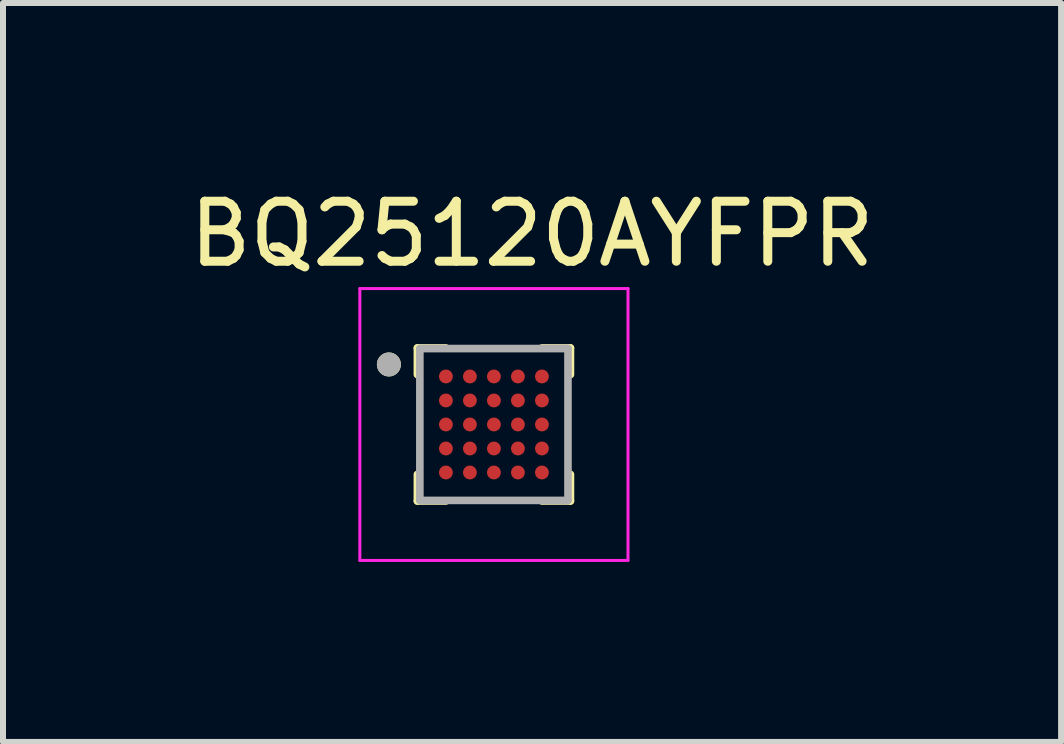
<source format=kicad_pcb>
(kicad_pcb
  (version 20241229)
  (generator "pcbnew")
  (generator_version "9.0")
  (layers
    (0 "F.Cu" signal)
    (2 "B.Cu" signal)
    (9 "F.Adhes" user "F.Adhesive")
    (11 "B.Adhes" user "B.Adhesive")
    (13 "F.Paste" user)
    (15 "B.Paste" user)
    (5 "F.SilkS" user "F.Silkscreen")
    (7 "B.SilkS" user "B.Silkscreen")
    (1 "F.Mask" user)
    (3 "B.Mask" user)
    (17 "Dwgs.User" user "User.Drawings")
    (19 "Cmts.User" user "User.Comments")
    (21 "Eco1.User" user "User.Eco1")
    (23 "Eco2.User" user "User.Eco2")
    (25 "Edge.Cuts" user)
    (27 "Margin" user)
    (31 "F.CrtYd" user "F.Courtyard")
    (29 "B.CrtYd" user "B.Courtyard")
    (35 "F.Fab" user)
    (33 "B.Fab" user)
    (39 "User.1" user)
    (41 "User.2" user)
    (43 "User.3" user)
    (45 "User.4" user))
  (footprint "BQ25120AYFPR"
    (layer "F.Cu")
    (at 5.18 4.023)
    (property "Reference" "BQ25120AYFPR" (at 0.635 -3.175 0) (layer "F.SilkS") (effects (font (size 1 1) (thickness 0.15))))
    (attr smd)
    (fp_circle (center -0.8 -0.8) (end -0.718 -0.8) (stroke (width 0.165) (type solid)) (fill no) (layer "F.Mask"))
    (fp_circle (center -0.8 -0.4) (end -0.718 -0.4) (stroke (width 0.165) (type solid)) (fill no) (layer "F.Mask"))
    (fp_circle (center -0.8 0) (end -0.718 0) (stroke (width 0.165) (type solid)) (fill no) (layer "F.Mask"))
    (fp_circle (center -0.8 0.4) (end -0.718 0.4) (stroke (width 0.165) (type solid)) (fill no) (layer "F.Mask"))
    (fp_circle (center -0.8 0.8) (end -0.718 0.8) (stroke (width 0.165) (type solid)) (fill no) (layer "F.Mask"))
    (fp_circle (center -0.4 -0.8) (end -0.318 -0.8) (stroke (width 0.165) (type solid)) (fill no) (layer "F.Mask"))
    (fp_circle (center -0.4 -0.4) (end -0.318 -0.4) (stroke (width 0.165) (type solid)) (fill no) (layer "F.Mask"))
    (fp_circle (center -0.4 0) (end -0.318 0) (stroke (width 0.165) (type solid)) (fill no) (layer "F.Mask"))
    (fp_circle (center -0.4 0.4) (end -0.318 0.4) (stroke (width 0.165) (type solid)) (fill no) (layer "F.Mask"))
    (fp_circle (center -0.4 0.8) (end -0.318 0.8) (stroke (width 0.165) (type solid)) (fill no) (layer "F.Mask"))
    (fp_circle (center 0 -0.8) (end 0.083 -0.8) (stroke (width 0.165) (type solid)) (fill no) (layer "F.Mask"))
    (fp_circle (center 0 -0.4) (end 0.083 -0.4) (stroke (width 0.165) (type solid)) (fill no) (layer "F.Mask"))
    (fp_circle (center 0 0) (end 0.083 0) (stroke (width 0.165) (type solid)) (fill no) (layer "F.Mask"))
    (fp_circle (center 0 0.4) (end 0.083 0.4) (stroke (width 0.165) (type solid)) (fill no) (layer "F.Mask"))
    (fp_circle (center 0 0.8) (end 0.083 0.8) (stroke (width 0.165) (type solid)) (fill no) (layer "F.Mask"))
    (fp_circle (center 0.4 -0.8) (end 0.482 -0.8) (stroke (width 0.165) (type solid)) (fill no) (layer "F.Mask"))
    (fp_circle (center 0.4 -0.4) (end 0.482 -0.4) (stroke (width 0.165) (type solid)) (fill no) (layer "F.Mask"))
    (fp_circle (center 0.4 0) (end 0.482 0) (stroke (width 0.165) (type solid)) (fill no) (layer "F.Mask"))
    (fp_circle (center 0.4 0.4) (end 0.482 0.4) (stroke (width 0.165) (type solid)) (fill no) (layer "F.Mask"))
    (fp_circle (center 0.4 0.8) (end 0.482 0.8) (stroke (width 0.165) (type solid)) (fill no) (layer "F.Mask"))
    (fp_circle (center 0.8 -0.8) (end 0.882 -0.8) (stroke (width 0.165) (type solid)) (fill no) (layer "F.Mask"))
    (fp_circle (center 0.8 -0.4) (end 0.882 -0.4) (stroke (width 0.165) (type solid)) (fill no) (layer "F.Mask"))
    (fp_circle (center 0.8 0) (end 0.882 0) (stroke (width 0.165) (type solid)) (fill no) (layer "F.Mask"))
    (fp_circle (center 0.8 0.4) (end 0.882 0.4) (stroke (width 0.165) (type solid)) (fill no) (layer "F.Mask"))
    (fp_circle (center 0.8 0.8) (end 0.882 0.8) (stroke (width 0.165) (type solid)) (fill no) (layer "F.Mask"))
    (fp_line (start -1.275 -1.275) (end -0.8 -1.275) (stroke (width 0.127) (type solid)) (layer "F.SilkS"))
    (fp_line (start -1.275 -0.831) (end -1.275 -1.275) (stroke (width 0.127) (type solid)) (layer "F.SilkS"))
    (fp_line (start -1.275 0.831) (end -1.275 1.275) (stroke (width 0.127) (type solid)) (layer "F.SilkS"))
    (fp_line (start -1.275 1.275) (end -0.8 1.275) (stroke (width 0.127) (type solid)) (layer "F.SilkS"))
    (fp_line (start 0.8 -1.275) (end 1.275 -1.275) (stroke (width 0.127) (type solid)) (layer "F.SilkS"))
    (fp_line (start 0.8 1.275) (end 1.275 1.275) (stroke (width 0.127) (type solid)) (layer "F.SilkS"))
    (fp_line (start 1.275 -1.275) (end 1.275 -0.831) (stroke (width 0.127) (type solid)) (layer "F.SilkS"))
    (fp_line (start 1.275 1.275) (end 1.275 0.831) (stroke (width 0.127) (type solid)) (layer "F.SilkS"))
    (fp_circle (center -1.75 -1) (end -1.65 -1) (stroke (width 0.2) (type solid)) (fill no) (layer "F.SilkS"))
    (fp_poly (pts (xy -0.675 -0.875) (xy -0.675 -0.725) (xy -0.675 -0.722) (xy -0.675 -0.72) (xy -0.676 -0.717) (xy -0.676 -0.715) (xy -0.677 -0.712) (xy -0.677 -0.71) (xy -0.678 -0.707) (xy -0.679 -0.705) (xy -0.68 -0.702) (xy -0.682 -0.7) (xy -0.683 -0.698) (xy -0.685 -0.696) (xy -0.686 -0.694) (xy -0.688 -0.692) (xy -0.69 -0.69) (xy -0.692 -0.688) (xy -0.694 -0.686) (xy -0.696 -0.685) (xy -0.698 -0.683) (xy -0.7 -0.682) (xy -0.702 -0.68) (xy -0.705 -0.679) (xy -0.707 -0.678) (xy -0.71 -0.677) (xy -0.712 -0.677) (xy -0.715 -0.676) (xy -0.717 -0.676) (xy -0.72 -0.675) (xy -0.722 -0.675) (xy -0.725 -0.675) (xy -0.875 -0.675) (xy -0.878 -0.675) (xy -0.88 -0.675) (xy -0.883 -0.676) (xy -0.885 -0.676) (xy -0.888 -0.677) (xy -0.89 -0.677) (xy -0.893 -0.678) (xy -0.895 -0.679) (xy -0.898 -0.68) (xy -0.9 -0.682) (xy -0.902 -0.683) (xy -0.904 -0.685) (xy -0.906 -0.686) (xy -0.908 -0.688) (xy -0.91 -0.69) (xy -0.912 -0.692) (xy -0.914 -0.694) (xy -0.915 -0.696) (xy -0.917 -0.698) (xy -0.918 -0.7) (xy -0.92 -0.702) (xy -0.921 -0.705) (xy -0.922 -0.707) (xy -0.923 -0.71) (xy -0.923 -0.712) (xy -0.924 -0.715) (xy -0.924 -0.717) (xy -0.925 -0.72) (xy -0.925 -0.722) (xy -0.925 -0.725) (xy -0.925 -0.875) (xy -0.925 -0.878) (xy -0.925 -0.88) (xy -0.924 -0.883) (xy -0.924 -0.885) (xy -0.923 -0.888) (xy -0.923 -0.89) (xy -0.922 -0.893) (xy -0.921 -0.895) (xy -0.92 -0.898) (xy -0.918 -0.9) (xy -0.917 -0.902) (xy -0.915 -0.904) (xy -0.914 -0.906) (xy -0.912 -0.908) (xy -0.91 -0.91) (xy -0.908 -0.912) (xy -0.906 -0.914) (xy -0.904 -0.915) (xy -0.902 -0.917) (xy -0.9 -0.918) (xy -0.898 -0.92) (xy -0.895 -0.921) (xy -0.893 -0.922) (xy -0.89 -0.923) (xy -0.888 -0.923) (xy -0.885 -0.924) (xy -0.883 -0.924) (xy -0.88 -0.925) (xy -0.878 -0.925) (xy -0.875 -0.925) (xy -0.725 -0.925) (xy -0.722 -0.925) (xy -0.72 -0.925) (xy -0.717 -0.924) (xy -0.715 -0.924) (xy -0.712 -0.923) (xy -0.71 -0.923) (xy -0.707 -0.922) (xy -0.705 -0.921) (xy -0.702 -0.92) (xy -0.7 -0.918) (xy -0.698 -0.917) (xy -0.696 -0.915) (xy -0.694 -0.914) (xy -0.692 -0.912) (xy -0.69 -0.91) (xy -0.688 -0.908) (xy -0.686 -0.906) (xy -0.685 -0.904) (xy -0.683 -0.902) (xy -0.682 -0.9) (xy -0.68 -0.898) (xy -0.679 -0.895) (xy -0.678 -0.893) (xy -0.677 -0.89) (xy -0.677 -0.888) (xy -0.676 -0.885) (xy -0.676 -0.883) (xy -0.675 -0.88) (xy -0.675 -0.878) (xy -0.675 -0.875)) (stroke (width 0.01) (type solid)) (fill yes) (layer "F.Paste"))
    (fp_poly (pts (xy -0.675 -0.475) (xy -0.675 -0.325) (xy -0.675 -0.322) (xy -0.675 -0.32) (xy -0.676 -0.317) (xy -0.676 -0.315) (xy -0.677 -0.312) (xy -0.677 -0.31) (xy -0.678 -0.307) (xy -0.679 -0.305) (xy -0.68 -0.302) (xy -0.682 -0.3) (xy -0.683 -0.298) (xy -0.685 -0.296) (xy -0.686 -0.294) (xy -0.688 -0.292) (xy -0.69 -0.29) (xy -0.692 -0.288) (xy -0.694 -0.286) (xy -0.696 -0.285) (xy -0.698 -0.283) (xy -0.7 -0.282) (xy -0.702 -0.28) (xy -0.705 -0.279) (xy -0.707 -0.278) (xy -0.71 -0.277) (xy -0.712 -0.277) (xy -0.715 -0.276) (xy -0.717 -0.276) (xy -0.72 -0.275) (xy -0.722 -0.275) (xy -0.725 -0.275) (xy -0.875 -0.275) (xy -0.878 -0.275) (xy -0.88 -0.275) (xy -0.883 -0.276) (xy -0.885 -0.276) (xy -0.888 -0.277) (xy -0.89 -0.277) (xy -0.893 -0.278) (xy -0.895 -0.279) (xy -0.898 -0.28) (xy -0.9 -0.282) (xy -0.902 -0.283) (xy -0.904 -0.285) (xy -0.906 -0.286) (xy -0.908 -0.288) (xy -0.91 -0.29) (xy -0.912 -0.292) (xy -0.914 -0.294) (xy -0.915 -0.296) (xy -0.917 -0.298) (xy -0.918 -0.3) (xy -0.92 -0.302) (xy -0.921 -0.305) (xy -0.922 -0.307) (xy -0.923 -0.31) (xy -0.923 -0.312) (xy -0.924 -0.315) (xy -0.924 -0.317) (xy -0.925 -0.32) (xy -0.925 -0.322) (xy -0.925 -0.325) (xy -0.925 -0.475) (xy -0.925 -0.478) (xy -0.925 -0.48) (xy -0.924 -0.483) (xy -0.924 -0.485) (xy -0.923 -0.488) (xy -0.923 -0.49) (xy -0.922 -0.493) (xy -0.921 -0.495) (xy -0.92 -0.498) (xy -0.918 -0.5) (xy -0.917 -0.502) (xy -0.915 -0.504) (xy -0.914 -0.506) (xy -0.912 -0.508) (xy -0.91 -0.51) (xy -0.908 -0.512) (xy -0.906 -0.514) (xy -0.904 -0.515) (xy -0.902 -0.517) (xy -0.9 -0.518) (xy -0.898 -0.52) (xy -0.895 -0.521) (xy -0.893 -0.522) (xy -0.89 -0.523) (xy -0.888 -0.523) (xy -0.885 -0.524) (xy -0.883 -0.524) (xy -0.88 -0.525) (xy -0.878 -0.525) (xy -0.875 -0.525) (xy -0.725 -0.525) (xy -0.722 -0.525) (xy -0.72 -0.525) (xy -0.717 -0.524) (xy -0.715 -0.524) (xy -0.712 -0.523) (xy -0.71 -0.523) (xy -0.707 -0.522) (xy -0.705 -0.521) (xy -0.702 -0.52) (xy -0.7 -0.518) (xy -0.698 -0.517) (xy -0.696 -0.515) (xy -0.694 -0.514) (xy -0.692 -0.512) (xy -0.69 -0.51) (xy -0.688 -0.508) (xy -0.686 -0.506) (xy -0.685 -0.504) (xy -0.683 -0.502) (xy -0.682 -0.5) (xy -0.68 -0.498) (xy -0.679 -0.495) (xy -0.678 -0.493) (xy -0.677 -0.49) (xy -0.677 -0.488) (xy -0.676 -0.485) (xy -0.676 -0.483) (xy -0.675 -0.48) (xy -0.675 -0.478) (xy -0.675 -0.475)) (stroke (width 0.01) (type solid)) (fill yes) (layer "F.Paste"))
    (fp_poly (pts (xy -0.675 -0.075) (xy -0.675 0.075) (xy -0.675 0.078) (xy -0.675 0.08) (xy -0.676 0.083) (xy -0.676 0.085) (xy -0.677 0.088) (xy -0.677 0.09) (xy -0.678 0.093) (xy -0.679 0.095) (xy -0.68 0.098) (xy -0.682 0.1) (xy -0.683 0.102) (xy -0.685 0.104) (xy -0.686 0.106) (xy -0.688 0.108) (xy -0.69 0.11) (xy -0.692 0.112) (xy -0.694 0.114) (xy -0.696 0.115) (xy -0.698 0.117) (xy -0.7 0.118) (xy -0.702 0.12) (xy -0.705 0.121) (xy -0.707 0.122) (xy -0.71 0.123) (xy -0.712 0.123) (xy -0.715 0.124) (xy -0.717 0.124) (xy -0.72 0.125) (xy -0.722 0.125) (xy -0.725 0.125) (xy -0.875 0.125) (xy -0.878 0.125) (xy -0.88 0.125) (xy -0.883 0.124) (xy -0.885 0.124) (xy -0.888 0.123) (xy -0.89 0.123) (xy -0.893 0.122) (xy -0.895 0.121) (xy -0.898 0.12) (xy -0.9 0.118) (xy -0.902 0.117) (xy -0.904 0.115) (xy -0.906 0.114) (xy -0.908 0.112) (xy -0.91 0.11) (xy -0.912 0.108) (xy -0.914 0.106) (xy -0.915 0.104) (xy -0.917 0.102) (xy -0.918 0.1) (xy -0.92 0.098) (xy -0.921 0.095) (xy -0.922 0.093) (xy -0.923 0.09) (xy -0.923 0.088) (xy -0.924 0.085) (xy -0.924 0.083) (xy -0.925 0.08) (xy -0.925 0.078) (xy -0.925 0.075) (xy -0.925 -0.075) (xy -0.925 -0.078) (xy -0.925 -0.08) (xy -0.924 -0.083) (xy -0.924 -0.085) (xy -0.923 -0.088) (xy -0.923 -0.09) (xy -0.922 -0.093) (xy -0.921 -0.095) (xy -0.92 -0.098) (xy -0.918 -0.1) (xy -0.917 -0.102) (xy -0.915 -0.104) (xy -0.914 -0.106) (xy -0.912 -0.108) (xy -0.91 -0.11) (xy -0.908 -0.112) (xy -0.906 -0.114) (xy -0.904 -0.115) (xy -0.902 -0.117) (xy -0.9 -0.118) (xy -0.898 -0.12) (xy -0.895 -0.121) (xy -0.893 -0.122) (xy -0.89 -0.123) (xy -0.888 -0.123) (xy -0.885 -0.124) (xy -0.883 -0.124) (xy -0.88 -0.125) (xy -0.878 -0.125) (xy -0.875 -0.125) (xy -0.725 -0.125) (xy -0.722 -0.125) (xy -0.72 -0.125) (xy -0.717 -0.124) (xy -0.715 -0.124) (xy -0.712 -0.123) (xy -0.71 -0.123) (xy -0.707 -0.122) (xy -0.705 -0.121) (xy -0.702 -0.12) (xy -0.7 -0.118) (xy -0.698 -0.117) (xy -0.696 -0.115) (xy -0.694 -0.114) (xy -0.692 -0.112) (xy -0.69 -0.11) (xy -0.688 -0.108) (xy -0.686 -0.106) (xy -0.685 -0.104) (xy -0.683 -0.102) (xy -0.682 -0.1) (xy -0.68 -0.098) (xy -0.679 -0.095) (xy -0.678 -0.093) (xy -0.677 -0.09) (xy -0.677 -0.088) (xy -0.676 -0.085) (xy -0.676 -0.083) (xy -0.675 -0.08) (xy -0.675 -0.078) (xy -0.675 -0.075)) (stroke (width 0.01) (type solid)) (fill yes) (layer "F.Paste"))
    (fp_poly (pts (xy -0.675 0.325) (xy -0.675 0.475) (xy -0.675 0.478) (xy -0.675 0.48) (xy -0.676 0.483) (xy -0.676 0.485) (xy -0.677 0.488) (xy -0.677 0.49) (xy -0.678 0.493) (xy -0.679 0.495) (xy -0.68 0.498) (xy -0.682 0.5) (xy -0.683 0.502) (xy -0.685 0.504) (xy -0.686 0.506) (xy -0.688 0.508) (xy -0.69 0.51) (xy -0.692 0.512) (xy -0.694 0.514) (xy -0.696 0.515) (xy -0.698 0.517) (xy -0.7 0.518) (xy -0.702 0.52) (xy -0.705 0.521) (xy -0.707 0.522) (xy -0.71 0.523) (xy -0.712 0.523) (xy -0.715 0.524) (xy -0.717 0.524) (xy -0.72 0.525) (xy -0.722 0.525) (xy -0.725 0.525) (xy -0.875 0.525) (xy -0.878 0.525) (xy -0.88 0.525) (xy -0.883 0.524) (xy -0.885 0.524) (xy -0.888 0.523) (xy -0.89 0.523) (xy -0.893 0.522) (xy -0.895 0.521) (xy -0.898 0.52) (xy -0.9 0.518) (xy -0.902 0.517) (xy -0.904 0.515) (xy -0.906 0.514) (xy -0.908 0.512) (xy -0.91 0.51) (xy -0.912 0.508) (xy -0.914 0.506) (xy -0.915 0.504) (xy -0.917 0.502) (xy -0.918 0.5) (xy -0.92 0.498) (xy -0.921 0.495) (xy -0.922 0.493) (xy -0.923 0.49) (xy -0.923 0.488) (xy -0.924 0.485) (xy -0.924 0.483) (xy -0.925 0.48) (xy -0.925 0.478) (xy -0.925 0.475) (xy -0.925 0.325) (xy -0.925 0.322) (xy -0.925 0.32) (xy -0.924 0.317) (xy -0.924 0.315) (xy -0.923 0.312) (xy -0.923 0.31) (xy -0.922 0.307) (xy -0.921 0.305) (xy -0.92 0.302) (xy -0.918 0.3) (xy -0.917 0.298) (xy -0.915 0.296) (xy -0.914 0.294) (xy -0.912 0.292) (xy -0.91 0.29) (xy -0.908 0.288) (xy -0.906 0.286) (xy -0.904 0.285) (xy -0.902 0.283) (xy -0.9 0.282) (xy -0.898 0.28) (xy -0.895 0.279) (xy -0.893 0.278) (xy -0.89 0.277) (xy -0.888 0.277) (xy -0.885 0.276) (xy -0.883 0.276) (xy -0.88 0.275) (xy -0.878 0.275) (xy -0.875 0.275) (xy -0.725 0.275) (xy -0.722 0.275) (xy -0.72 0.275) (xy -0.717 0.276) (xy -0.715 0.276) (xy -0.712 0.277) (xy -0.71 0.277) (xy -0.707 0.278) (xy -0.705 0.279) (xy -0.702 0.28) (xy -0.7 0.282) (xy -0.698 0.283) (xy -0.696 0.285) (xy -0.694 0.286) (xy -0.692 0.288) (xy -0.69 0.29) (xy -0.688 0.292) (xy -0.686 0.294) (xy -0.685 0.296) (xy -0.683 0.298) (xy -0.682 0.3) (xy -0.68 0.302) (xy -0.679 0.305) (xy -0.678 0.307) (xy -0.677 0.31) (xy -0.677 0.312) (xy -0.676 0.315) (xy -0.676 0.317) (xy -0.675 0.32) (xy -0.675 0.322) (xy -0.675 0.325)) (stroke (width 0.01) (type solid)) (fill yes) (layer "F.Paste"))
    (fp_poly (pts (xy -0.675 0.725) (xy -0.675 0.875) (xy -0.675 0.878) (xy -0.675 0.88) (xy -0.676 0.883) (xy -0.676 0.885) (xy -0.677 0.888) (xy -0.677 0.89) (xy -0.678 0.893) (xy -0.679 0.895) (xy -0.68 0.898) (xy -0.682 0.9) (xy -0.683 0.902) (xy -0.685 0.904) (xy -0.686 0.906) (xy -0.688 0.908) (xy -0.69 0.91) (xy -0.692 0.912) (xy -0.694 0.914) (xy -0.696 0.915) (xy -0.698 0.917) (xy -0.7 0.918) (xy -0.702 0.92) (xy -0.705 0.921) (xy -0.707 0.922) (xy -0.71 0.923) (xy -0.712 0.923) (xy -0.715 0.924) (xy -0.717 0.924) (xy -0.72 0.925) (xy -0.722 0.925) (xy -0.725 0.925) (xy -0.875 0.925) (xy -0.878 0.925) (xy -0.88 0.925) (xy -0.883 0.924) (xy -0.885 0.924) (xy -0.888 0.923) (xy -0.89 0.923) (xy -0.893 0.922) (xy -0.895 0.921) (xy -0.898 0.92) (xy -0.9 0.918) (xy -0.902 0.917) (xy -0.904 0.915) (xy -0.906 0.914) (xy -0.908 0.912) (xy -0.91 0.91) (xy -0.912 0.908) (xy -0.914 0.906) (xy -0.915 0.904) (xy -0.917 0.902) (xy -0.918 0.9) (xy -0.92 0.898) (xy -0.921 0.895) (xy -0.922 0.893) (xy -0.923 0.89) (xy -0.923 0.888) (xy -0.924 0.885) (xy -0.924 0.883) (xy -0.925 0.88) (xy -0.925 0.878) (xy -0.925 0.875) (xy -0.925 0.725) (xy -0.925 0.722) (xy -0.925 0.72) (xy -0.924 0.717) (xy -0.924 0.715) (xy -0.923 0.712) (xy -0.923 0.71) (xy -0.922 0.707) (xy -0.921 0.705) (xy -0.92 0.702) (xy -0.918 0.7) (xy -0.917 0.698) (xy -0.915 0.696) (xy -0.914 0.694) (xy -0.912 0.692) (xy -0.91 0.69) (xy -0.908 0.688) (xy -0.906 0.686) (xy -0.904 0.685) (xy -0.902 0.683) (xy -0.9 0.682) (xy -0.898 0.68) (xy -0.895 0.679) (xy -0.893 0.678) (xy -0.89 0.677) (xy -0.888 0.677) (xy -0.885 0.676) (xy -0.883 0.676) (xy -0.88 0.675) (xy -0.878 0.675) (xy -0.875 0.675) (xy -0.725 0.675) (xy -0.722 0.675) (xy -0.72 0.675) (xy -0.717 0.676) (xy -0.715 0.676) (xy -0.712 0.677) (xy -0.71 0.677) (xy -0.707 0.678) (xy -0.705 0.679) (xy -0.702 0.68) (xy -0.7 0.682) (xy -0.698 0.683) (xy -0.696 0.685) (xy -0.694 0.686) (xy -0.692 0.688) (xy -0.69 0.69) (xy -0.688 0.692) (xy -0.686 0.694) (xy -0.685 0.696) (xy -0.683 0.698) (xy -0.682 0.7) (xy -0.68 0.702) (xy -0.679 0.705) (xy -0.678 0.707) (xy -0.677 0.71) (xy -0.677 0.712) (xy -0.676 0.715) (xy -0.676 0.717) (xy -0.675 0.72) (xy -0.675 0.722) (xy -0.675 0.725)) (stroke (width 0.01) (type solid)) (fill yes) (layer "F.Paste"))
    (fp_poly (pts (xy -0.275 -0.875) (xy -0.275 -0.725) (xy -0.275 -0.722) (xy -0.275 -0.72) (xy -0.276 -0.717) (xy -0.276 -0.715) (xy -0.277 -0.712) (xy -0.277 -0.71) (xy -0.278 -0.707) (xy -0.279 -0.705) (xy -0.28 -0.702) (xy -0.282 -0.7) (xy -0.283 -0.698) (xy -0.285 -0.696) (xy -0.286 -0.694) (xy -0.288 -0.692) (xy -0.29 -0.69) (xy -0.292 -0.688) (xy -0.294 -0.686) (xy -0.296 -0.685) (xy -0.298 -0.683) (xy -0.3 -0.682) (xy -0.302 -0.68) (xy -0.305 -0.679) (xy -0.307 -0.678) (xy -0.31 -0.677) (xy -0.312 -0.677) (xy -0.315 -0.676) (xy -0.317 -0.676) (xy -0.32 -0.675) (xy -0.322 -0.675) (xy -0.325 -0.675) (xy -0.475 -0.675) (xy -0.478 -0.675) (xy -0.48 -0.675) (xy -0.483 -0.676) (xy -0.485 -0.676) (xy -0.488 -0.677) (xy -0.49 -0.677) (xy -0.493 -0.678) (xy -0.495 -0.679) (xy -0.498 -0.68) (xy -0.5 -0.682) (xy -0.502 -0.683) (xy -0.504 -0.685) (xy -0.506 -0.686) (xy -0.508 -0.688) (xy -0.51 -0.69) (xy -0.512 -0.692) (xy -0.514 -0.694) (xy -0.515 -0.696) (xy -0.517 -0.698) (xy -0.518 -0.7) (xy -0.52 -0.702) (xy -0.521 -0.705) (xy -0.522 -0.707) (xy -0.523 -0.71) (xy -0.523 -0.712) (xy -0.524 -0.715) (xy -0.524 -0.717) (xy -0.525 -0.72) (xy -0.525 -0.722) (xy -0.525 -0.725) (xy -0.525 -0.875) (xy -0.525 -0.878) (xy -0.525 -0.88) (xy -0.524 -0.883) (xy -0.524 -0.885) (xy -0.523 -0.888) (xy -0.523 -0.89) (xy -0.522 -0.893) (xy -0.521 -0.895) (xy -0.52 -0.898) (xy -0.518 -0.9) (xy -0.517 -0.902) (xy -0.515 -0.904) (xy -0.514 -0.906) (xy -0.512 -0.908) (xy -0.51 -0.91) (xy -0.508 -0.912) (xy -0.506 -0.914) (xy -0.504 -0.915) (xy -0.502 -0.917) (xy -0.5 -0.918) (xy -0.498 -0.92) (xy -0.495 -0.921) (xy -0.493 -0.922) (xy -0.49 -0.923) (xy -0.488 -0.923) (xy -0.485 -0.924) (xy -0.483 -0.924) (xy -0.48 -0.925) (xy -0.478 -0.925) (xy -0.475 -0.925) (xy -0.325 -0.925) (xy -0.322 -0.925) (xy -0.32 -0.925) (xy -0.317 -0.924) (xy -0.315 -0.924) (xy -0.312 -0.923) (xy -0.31 -0.923) (xy -0.307 -0.922) (xy -0.305 -0.921) (xy -0.302 -0.92) (xy -0.3 -0.918) (xy -0.298 -0.917) (xy -0.296 -0.915) (xy -0.294 -0.914) (xy -0.292 -0.912) (xy -0.29 -0.91) (xy -0.288 -0.908) (xy -0.286 -0.906) (xy -0.285 -0.904) (xy -0.283 -0.902) (xy -0.282 -0.9) (xy -0.28 -0.898) (xy -0.279 -0.895) (xy -0.278 -0.893) (xy -0.277 -0.89) (xy -0.277 -0.888) (xy -0.276 -0.885) (xy -0.276 -0.883) (xy -0.275 -0.88) (xy -0.275 -0.878) (xy -0.275 -0.875)) (stroke (width 0.01) (type solid)) (fill yes) (layer "F.Paste"))
    (fp_poly (pts (xy -0.275 -0.475) (xy -0.275 -0.325) (xy -0.275 -0.322) (xy -0.275 -0.32) (xy -0.276 -0.317) (xy -0.276 -0.315) (xy -0.277 -0.312) (xy -0.277 -0.31) (xy -0.278 -0.307) (xy -0.279 -0.305) (xy -0.28 -0.302) (xy -0.282 -0.3) (xy -0.283 -0.298) (xy -0.285 -0.296) (xy -0.286 -0.294) (xy -0.288 -0.292) (xy -0.29 -0.29) (xy -0.292 -0.288) (xy -0.294 -0.286) (xy -0.296 -0.285) (xy -0.298 -0.283) (xy -0.3 -0.282) (xy -0.302 -0.28) (xy -0.305 -0.279) (xy -0.307 -0.278) (xy -0.31 -0.277) (xy -0.312 -0.277) (xy -0.315 -0.276) (xy -0.317 -0.276) (xy -0.32 -0.275) (xy -0.322 -0.275) (xy -0.325 -0.275) (xy -0.475 -0.275) (xy -0.478 -0.275) (xy -0.48 -0.275) (xy -0.483 -0.276) (xy -0.485 -0.276) (xy -0.488 -0.277) (xy -0.49 -0.277) (xy -0.493 -0.278) (xy -0.495 -0.279) (xy -0.498 -0.28) (xy -0.5 -0.282) (xy -0.502 -0.283) (xy -0.504 -0.285) (xy -0.506 -0.286) (xy -0.508 -0.288) (xy -0.51 -0.29) (xy -0.512 -0.292) (xy -0.514 -0.294) (xy -0.515 -0.296) (xy -0.517 -0.298) (xy -0.518 -0.3) (xy -0.52 -0.302) (xy -0.521 -0.305) (xy -0.522 -0.307) (xy -0.523 -0.31) (xy -0.523 -0.312) (xy -0.524 -0.315) (xy -0.524 -0.317) (xy -0.525 -0.32) (xy -0.525 -0.322) (xy -0.525 -0.325) (xy -0.525 -0.475) (xy -0.525 -0.478) (xy -0.525 -0.48) (xy -0.524 -0.483) (xy -0.524 -0.485) (xy -0.523 -0.488) (xy -0.523 -0.49) (xy -0.522 -0.493) (xy -0.521 -0.495) (xy -0.52 -0.498) (xy -0.518 -0.5) (xy -0.517 -0.502) (xy -0.515 -0.504) (xy -0.514 -0.506) (xy -0.512 -0.508) (xy -0.51 -0.51) (xy -0.508 -0.512) (xy -0.506 -0.514) (xy -0.504 -0.515) (xy -0.502 -0.517) (xy -0.5 -0.518) (xy -0.498 -0.52) (xy -0.495 -0.521) (xy -0.493 -0.522) (xy -0.49 -0.523) (xy -0.488 -0.523) (xy -0.485 -0.524) (xy -0.483 -0.524) (xy -0.48 -0.525) (xy -0.478 -0.525) (xy -0.475 -0.525) (xy -0.325 -0.525) (xy -0.322 -0.525) (xy -0.32 -0.525) (xy -0.317 -0.524) (xy -0.315 -0.524) (xy -0.312 -0.523) (xy -0.31 -0.523) (xy -0.307 -0.522) (xy -0.305 -0.521) (xy -0.302 -0.52) (xy -0.3 -0.518) (xy -0.298 -0.517) (xy -0.296 -0.515) (xy -0.294 -0.514) (xy -0.292 -0.512) (xy -0.29 -0.51) (xy -0.288 -0.508) (xy -0.286 -0.506) (xy -0.285 -0.504) (xy -0.283 -0.502) (xy -0.282 -0.5) (xy -0.28 -0.498) (xy -0.279 -0.495) (xy -0.278 -0.493) (xy -0.277 -0.49) (xy -0.277 -0.488) (xy -0.276 -0.485) (xy -0.276 -0.483) (xy -0.275 -0.48) (xy -0.275 -0.478) (xy -0.275 -0.475)) (stroke (width 0.01) (type solid)) (fill yes) (layer "F.Paste"))
    (fp_poly (pts (xy -0.275 -0.075) (xy -0.275 0.075) (xy -0.275 0.078) (xy -0.275 0.08) (xy -0.276 0.083) (xy -0.276 0.085) (xy -0.277 0.088) (xy -0.277 0.09) (xy -0.278 0.093) (xy -0.279 0.095) (xy -0.28 0.098) (xy -0.282 0.1) (xy -0.283 0.102) (xy -0.285 0.104) (xy -0.286 0.106) (xy -0.288 0.108) (xy -0.29 0.11) (xy -0.292 0.112) (xy -0.294 0.114) (xy -0.296 0.115) (xy -0.298 0.117) (xy -0.3 0.118) (xy -0.302 0.12) (xy -0.305 0.121) (xy -0.307 0.122) (xy -0.31 0.123) (xy -0.312 0.123) (xy -0.315 0.124) (xy -0.317 0.124) (xy -0.32 0.125) (xy -0.322 0.125) (xy -0.325 0.125) (xy -0.475 0.125) (xy -0.478 0.125) (xy -0.48 0.125) (xy -0.483 0.124) (xy -0.485 0.124) (xy -0.488 0.123) (xy -0.49 0.123) (xy -0.493 0.122) (xy -0.495 0.121) (xy -0.498 0.12) (xy -0.5 0.118) (xy -0.502 0.117) (xy -0.504 0.115) (xy -0.506 0.114) (xy -0.508 0.112) (xy -0.51 0.11) (xy -0.512 0.108) (xy -0.514 0.106) (xy -0.515 0.104) (xy -0.517 0.102) (xy -0.518 0.1) (xy -0.52 0.098) (xy -0.521 0.095) (xy -0.522 0.093) (xy -0.523 0.09) (xy -0.523 0.088) (xy -0.524 0.085) (xy -0.524 0.083) (xy -0.525 0.08) (xy -0.525 0.078) (xy -0.525 0.075) (xy -0.525 -0.075) (xy -0.525 -0.078) (xy -0.525 -0.08) (xy -0.524 -0.083) (xy -0.524 -0.085) (xy -0.523 -0.088) (xy -0.523 -0.09) (xy -0.522 -0.093) (xy -0.521 -0.095) (xy -0.52 -0.098) (xy -0.518 -0.1) (xy -0.517 -0.102) (xy -0.515 -0.104) (xy -0.514 -0.106) (xy -0.512 -0.108) (xy -0.51 -0.11) (xy -0.508 -0.112) (xy -0.506 -0.114) (xy -0.504 -0.115) (xy -0.502 -0.117) (xy -0.5 -0.118) (xy -0.498 -0.12) (xy -0.495 -0.121) (xy -0.493 -0.122) (xy -0.49 -0.123) (xy -0.488 -0.123) (xy -0.485 -0.124) (xy -0.483 -0.124) (xy -0.48 -0.125) (xy -0.478 -0.125) (xy -0.475 -0.125) (xy -0.325 -0.125) (xy -0.322 -0.125) (xy -0.32 -0.125) (xy -0.317 -0.124) (xy -0.315 -0.124) (xy -0.312 -0.123) (xy -0.31 -0.123) (xy -0.307 -0.122) (xy -0.305 -0.121) (xy -0.302 -0.12) (xy -0.3 -0.118) (xy -0.298 -0.117) (xy -0.296 -0.115) (xy -0.294 -0.114) (xy -0.292 -0.112) (xy -0.29 -0.11) (xy -0.288 -0.108) (xy -0.286 -0.106) (xy -0.285 -0.104) (xy -0.283 -0.102) (xy -0.282 -0.1) (xy -0.28 -0.098) (xy -0.279 -0.095) (xy -0.278 -0.093) (xy -0.277 -0.09) (xy -0.277 -0.088) (xy -0.276 -0.085) (xy -0.276 -0.083) (xy -0.275 -0.08) (xy -0.275 -0.078) (xy -0.275 -0.075)) (stroke (width 0.01) (type solid)) (fill yes) (layer "F.Paste"))
    (fp_poly (pts (xy -0.275 0.325) (xy -0.275 0.475) (xy -0.275 0.478) (xy -0.275 0.48) (xy -0.276 0.483) (xy -0.276 0.485) (xy -0.277 0.488) (xy -0.277 0.49) (xy -0.278 0.493) (xy -0.279 0.495) (xy -0.28 0.498) (xy -0.282 0.5) (xy -0.283 0.502) (xy -0.285 0.504) (xy -0.286 0.506) (xy -0.288 0.508) (xy -0.29 0.51) (xy -0.292 0.512) (xy -0.294 0.514) (xy -0.296 0.515) (xy -0.298 0.517) (xy -0.3 0.518) (xy -0.302 0.52) (xy -0.305 0.521) (xy -0.307 0.522) (xy -0.31 0.523) (xy -0.312 0.523) (xy -0.315 0.524) (xy -0.317 0.524) (xy -0.32 0.525) (xy -0.322 0.525) (xy -0.325 0.525) (xy -0.475 0.525) (xy -0.478 0.525) (xy -0.48 0.525) (xy -0.483 0.524) (xy -0.485 0.524) (xy -0.488 0.523) (xy -0.49 0.523) (xy -0.493 0.522) (xy -0.495 0.521) (xy -0.498 0.52) (xy -0.5 0.518) (xy -0.502 0.517) (xy -0.504 0.515) (xy -0.506 0.514) (xy -0.508 0.512) (xy -0.51 0.51) (xy -0.512 0.508) (xy -0.514 0.506) (xy -0.515 0.504) (xy -0.517 0.502) (xy -0.518 0.5) (xy -0.52 0.498) (xy -0.521 0.495) (xy -0.522 0.493) (xy -0.523 0.49) (xy -0.523 0.488) (xy -0.524 0.485) (xy -0.524 0.483) (xy -0.525 0.48) (xy -0.525 0.478) (xy -0.525 0.475) (xy -0.525 0.325) (xy -0.525 0.322) (xy -0.525 0.32) (xy -0.524 0.317) (xy -0.524 0.315) (xy -0.523 0.312) (xy -0.523 0.31) (xy -0.522 0.307) (xy -0.521 0.305) (xy -0.52 0.302) (xy -0.518 0.3) (xy -0.517 0.298) (xy -0.515 0.296) (xy -0.514 0.294) (xy -0.512 0.292) (xy -0.51 0.29) (xy -0.508 0.288) (xy -0.506 0.286) (xy -0.504 0.285) (xy -0.502 0.283) (xy -0.5 0.282) (xy -0.498 0.28) (xy -0.495 0.279) (xy -0.493 0.278) (xy -0.49 0.277) (xy -0.488 0.277) (xy -0.485 0.276) (xy -0.483 0.276) (xy -0.48 0.275) (xy -0.478 0.275) (xy -0.475 0.275) (xy -0.325 0.275) (xy -0.322 0.275) (xy -0.32 0.275) (xy -0.317 0.276) (xy -0.315 0.276) (xy -0.312 0.277) (xy -0.31 0.277) (xy -0.307 0.278) (xy -0.305 0.279) (xy -0.302 0.28) (xy -0.3 0.282) (xy -0.298 0.283) (xy -0.296 0.285) (xy -0.294 0.286) (xy -0.292 0.288) (xy -0.29 0.29) (xy -0.288 0.292) (xy -0.286 0.294) (xy -0.285 0.296) (xy -0.283 0.298) (xy -0.282 0.3) (xy -0.28 0.302) (xy -0.279 0.305) (xy -0.278 0.307) (xy -0.277 0.31) (xy -0.277 0.312) (xy -0.276 0.315) (xy -0.276 0.317) (xy -0.275 0.32) (xy -0.275 0.322) (xy -0.275 0.325)) (stroke (width 0.01) (type solid)) (fill yes) (layer "F.Paste"))
    (fp_poly (pts (xy -0.275 0.725) (xy -0.275 0.875) (xy -0.275 0.878) (xy -0.275 0.88) (xy -0.276 0.883) (xy -0.276 0.885) (xy -0.277 0.888) (xy -0.277 0.89) (xy -0.278 0.893) (xy -0.279 0.895) (xy -0.28 0.898) (xy -0.282 0.9) (xy -0.283 0.902) (xy -0.285 0.904) (xy -0.286 0.906) (xy -0.288 0.908) (xy -0.29 0.91) (xy -0.292 0.912) (xy -0.294 0.914) (xy -0.296 0.915) (xy -0.298 0.917) (xy -0.3 0.918) (xy -0.302 0.92) (xy -0.305 0.921) (xy -0.307 0.922) (xy -0.31 0.923) (xy -0.312 0.923) (xy -0.315 0.924) (xy -0.317 0.924) (xy -0.32 0.925) (xy -0.322 0.925) (xy -0.325 0.925) (xy -0.475 0.925) (xy -0.478 0.925) (xy -0.48 0.925) (xy -0.483 0.924) (xy -0.485 0.924) (xy -0.488 0.923) (xy -0.49 0.923) (xy -0.493 0.922) (xy -0.495 0.921) (xy -0.498 0.92) (xy -0.5 0.918) (xy -0.502 0.917) (xy -0.504 0.915) (xy -0.506 0.914) (xy -0.508 0.912) (xy -0.51 0.91) (xy -0.512 0.908) (xy -0.514 0.906) (xy -0.515 0.904) (xy -0.517 0.902) (xy -0.518 0.9) (xy -0.52 0.898) (xy -0.521 0.895) (xy -0.522 0.893) (xy -0.523 0.89) (xy -0.523 0.888) (xy -0.524 0.885) (xy -0.524 0.883) (xy -0.525 0.88) (xy -0.525 0.878) (xy -0.525 0.875) (xy -0.525 0.725) (xy -0.525 0.722) (xy -0.525 0.72) (xy -0.524 0.717) (xy -0.524 0.715) (xy -0.523 0.712) (xy -0.523 0.71) (xy -0.522 0.707) (xy -0.521 0.705) (xy -0.52 0.702) (xy -0.518 0.7) (xy -0.517 0.698) (xy -0.515 0.696) (xy -0.514 0.694) (xy -0.512 0.692) (xy -0.51 0.69) (xy -0.508 0.688) (xy -0.506 0.686) (xy -0.504 0.685) (xy -0.502 0.683) (xy -0.5 0.682) (xy -0.498 0.68) (xy -0.495 0.679) (xy -0.493 0.678) (xy -0.49 0.677) (xy -0.488 0.677) (xy -0.485 0.676) (xy -0.483 0.676) (xy -0.48 0.675) (xy -0.478 0.675) (xy -0.475 0.675) (xy -0.325 0.675) (xy -0.322 0.675) (xy -0.32 0.675) (xy -0.317 0.676) (xy -0.315 0.676) (xy -0.312 0.677) (xy -0.31 0.677) (xy -0.307 0.678) (xy -0.305 0.679) (xy -0.302 0.68) (xy -0.3 0.682) (xy -0.298 0.683) (xy -0.296 0.685) (xy -0.294 0.686) (xy -0.292 0.688) (xy -0.29 0.69) (xy -0.288 0.692) (xy -0.286 0.694) (xy -0.285 0.696) (xy -0.283 0.698) (xy -0.282 0.7) (xy -0.28 0.702) (xy -0.279 0.705) (xy -0.278 0.707) (xy -0.277 0.71) (xy -0.277 0.712) (xy -0.276 0.715) (xy -0.276 0.717) (xy -0.275 0.72) (xy -0.275 0.722) (xy -0.275 0.725)) (stroke (width 0.01) (type solid)) (fill yes) (layer "F.Paste"))
    (fp_poly (pts (xy 0.125 -0.875) (xy 0.125 -0.725) (xy 0.125 -0.722) (xy 0.125 -0.72) (xy 0.124 -0.717) (xy 0.124 -0.715) (xy 0.123 -0.712) (xy 0.123 -0.71) (xy 0.122 -0.707) (xy 0.121 -0.705) (xy 0.12 -0.702) (xy 0.118 -0.7) (xy 0.117 -0.698) (xy 0.115 -0.696) (xy 0.114 -0.694) (xy 0.112 -0.692) (xy 0.11 -0.69) (xy 0.108 -0.688) (xy 0.106 -0.686) (xy 0.104 -0.685) (xy 0.102 -0.683) (xy 0.1 -0.682) (xy 0.098 -0.68) (xy 0.095 -0.679) (xy 0.093 -0.678) (xy 0.09 -0.677) (xy 0.088 -0.677) (xy 0.085 -0.676) (xy 0.083 -0.676) (xy 0.08 -0.675) (xy 0.078 -0.675) (xy 0.075 -0.675) (xy -0.075 -0.675) (xy -0.078 -0.675) (xy -0.08 -0.675) (xy -0.083 -0.676) (xy -0.085 -0.676) (xy -0.088 -0.677) (xy -0.09 -0.677) (xy -0.093 -0.678) (xy -0.095 -0.679) (xy -0.098 -0.68) (xy -0.1 -0.682) (xy -0.102 -0.683) (xy -0.104 -0.685) (xy -0.106 -0.686) (xy -0.108 -0.688) (xy -0.11 -0.69) (xy -0.112 -0.692) (xy -0.114 -0.694) (xy -0.115 -0.696) (xy -0.117 -0.698) (xy -0.118 -0.7) (xy -0.12 -0.702) (xy -0.121 -0.705) (xy -0.122 -0.707) (xy -0.123 -0.71) (xy -0.123 -0.712) (xy -0.124 -0.715) (xy -0.124 -0.717) (xy -0.125 -0.72) (xy -0.125 -0.722) (xy -0.125 -0.725) (xy -0.125 -0.875) (xy -0.125 -0.878) (xy -0.125 -0.88) (xy -0.124 -0.883) (xy -0.124 -0.885) (xy -0.123 -0.888) (xy -0.123 -0.89) (xy -0.122 -0.893) (xy -0.121 -0.895) (xy -0.12 -0.898) (xy -0.118 -0.9) (xy -0.117 -0.902) (xy -0.115 -0.904) (xy -0.114 -0.906) (xy -0.112 -0.908) (xy -0.11 -0.91) (xy -0.108 -0.912) (xy -0.106 -0.914) (xy -0.104 -0.915) (xy -0.102 -0.917) (xy -0.1 -0.918) (xy -0.098 -0.92) (xy -0.095 -0.921) (xy -0.093 -0.922) (xy -0.09 -0.923) (xy -0.088 -0.923) (xy -0.085 -0.924) (xy -0.083 -0.924) (xy -0.08 -0.925) (xy -0.078 -0.925) (xy -0.075 -0.925) (xy 0.075 -0.925) (xy 0.078 -0.925) (xy 0.08 -0.925) (xy 0.083 -0.924) (xy 0.085 -0.924) (xy 0.088 -0.923) (xy 0.09 -0.923) (xy 0.093 -0.922) (xy 0.095 -0.921) (xy 0.098 -0.92) (xy 0.1 -0.918) (xy 0.102 -0.917) (xy 0.104 -0.915) (xy 0.106 -0.914) (xy 0.108 -0.912) (xy 0.11 -0.91) (xy 0.112 -0.908) (xy 0.114 -0.906) (xy 0.115 -0.904) (xy 0.117 -0.902) (xy 0.118 -0.9) (xy 0.12 -0.898) (xy 0.121 -0.895) (xy 0.122 -0.893) (xy 0.123 -0.89) (xy 0.123 -0.888) (xy 0.124 -0.885) (xy 0.124 -0.883) (xy 0.125 -0.88) (xy 0.125 -0.878) (xy 0.125 -0.875)) (stroke (width 0.01) (type solid)) (fill yes) (layer "F.Paste"))
    (fp_poly (pts (xy 0.125 -0.475) (xy 0.125 -0.325) (xy 0.125 -0.322) (xy 0.125 -0.32) (xy 0.124 -0.317) (xy 0.124 -0.315) (xy 0.123 -0.312) (xy 0.123 -0.31) (xy 0.122 -0.307) (xy 0.121 -0.305) (xy 0.12 -0.302) (xy 0.118 -0.3) (xy 0.117 -0.298) (xy 0.115 -0.296) (xy 0.114 -0.294) (xy 0.112 -0.292) (xy 0.11 -0.29) (xy 0.108 -0.288) (xy 0.106 -0.286) (xy 0.104 -0.285) (xy 0.102 -0.283) (xy 0.1 -0.282) (xy 0.098 -0.28) (xy 0.095 -0.279) (xy 0.093 -0.278) (xy 0.09 -0.277) (xy 0.088 -0.277) (xy 0.085 -0.276) (xy 0.083 -0.276) (xy 0.08 -0.275) (xy 0.078 -0.275) (xy 0.075 -0.275) (xy -0.075 -0.275) (xy -0.078 -0.275) (xy -0.08 -0.275) (xy -0.083 -0.276) (xy -0.085 -0.276) (xy -0.088 -0.277) (xy -0.09 -0.277) (xy -0.093 -0.278) (xy -0.095 -0.279) (xy -0.098 -0.28) (xy -0.1 -0.282) (xy -0.102 -0.283) (xy -0.104 -0.285) (xy -0.106 -0.286) (xy -0.108 -0.288) (xy -0.11 -0.29) (xy -0.112 -0.292) (xy -0.114 -0.294) (xy -0.115 -0.296) (xy -0.117 -0.298) (xy -0.118 -0.3) (xy -0.12 -0.302) (xy -0.121 -0.305) (xy -0.122 -0.307) (xy -0.123 -0.31) (xy -0.123 -0.312) (xy -0.124 -0.315) (xy -0.124 -0.317) (xy -0.125 -0.32) (xy -0.125 -0.322) (xy -0.125 -0.325) (xy -0.125 -0.475) (xy -0.125 -0.478) (xy -0.125 -0.48) (xy -0.124 -0.483) (xy -0.124 -0.485) (xy -0.123 -0.488) (xy -0.123 -0.49) (xy -0.122 -0.493) (xy -0.121 -0.495) (xy -0.12 -0.498) (xy -0.118 -0.5) (xy -0.117 -0.502) (xy -0.115 -0.504) (xy -0.114 -0.506) (xy -0.112 -0.508) (xy -0.11 -0.51) (xy -0.108 -0.512) (xy -0.106 -0.514) (xy -0.104 -0.515) (xy -0.102 -0.517) (xy -0.1 -0.518) (xy -0.098 -0.52) (xy -0.095 -0.521) (xy -0.093 -0.522) (xy -0.09 -0.523) (xy -0.088 -0.523) (xy -0.085 -0.524) (xy -0.083 -0.524) (xy -0.08 -0.525) (xy -0.078 -0.525) (xy -0.075 -0.525) (xy 0.075 -0.525) (xy 0.078 -0.525) (xy 0.08 -0.525) (xy 0.083 -0.524) (xy 0.085 -0.524) (xy 0.088 -0.523) (xy 0.09 -0.523) (xy 0.093 -0.522) (xy 0.095 -0.521) (xy 0.098 -0.52) (xy 0.1 -0.518) (xy 0.102 -0.517) (xy 0.104 -0.515) (xy 0.106 -0.514) (xy 0.108 -0.512) (xy 0.11 -0.51) (xy 0.112 -0.508) (xy 0.114 -0.506) (xy 0.115 -0.504) (xy 0.117 -0.502) (xy 0.118 -0.5) (xy 0.12 -0.498) (xy 0.121 -0.495) (xy 0.122 -0.493) (xy 0.123 -0.49) (xy 0.123 -0.488) (xy 0.124 -0.485) (xy 0.124 -0.483) (xy 0.125 -0.48) (xy 0.125 -0.478) (xy 0.125 -0.475)) (stroke (width 0.01) (type solid)) (fill yes) (layer "F.Paste"))
    (fp_poly (pts (xy 0.125 -0.075) (xy 0.125 0.075) (xy 0.125 0.078) (xy 0.125 0.08) (xy 0.124 0.083) (xy 0.124 0.085) (xy 0.123 0.088) (xy 0.123 0.09) (xy 0.122 0.093) (xy 0.121 0.095) (xy 0.12 0.098) (xy 0.118 0.1) (xy 0.117 0.102) (xy 0.115 0.104) (xy 0.114 0.106) (xy 0.112 0.108) (xy 0.11 0.11) (xy 0.108 0.112) (xy 0.106 0.114) (xy 0.104 0.115) (xy 0.102 0.117) (xy 0.1 0.118) (xy 0.098 0.12) (xy 0.095 0.121) (xy 0.093 0.122) (xy 0.09 0.123) (xy 0.088 0.123) (xy 0.085 0.124) (xy 0.083 0.124) (xy 0.08 0.125) (xy 0.078 0.125) (xy 0.075 0.125) (xy -0.075 0.125) (xy -0.078 0.125) (xy -0.08 0.125) (xy -0.083 0.124) (xy -0.085 0.124) (xy -0.088 0.123) (xy -0.09 0.123) (xy -0.093 0.122) (xy -0.095 0.121) (xy -0.098 0.12) (xy -0.1 0.118) (xy -0.102 0.117) (xy -0.104 0.115) (xy -0.106 0.114) (xy -0.108 0.112) (xy -0.11 0.11) (xy -0.112 0.108) (xy -0.114 0.106) (xy -0.115 0.104) (xy -0.117 0.102) (xy -0.118 0.1) (xy -0.12 0.098) (xy -0.121 0.095) (xy -0.122 0.093) (xy -0.123 0.09) (xy -0.123 0.088) (xy -0.124 0.085) (xy -0.124 0.083) (xy -0.125 0.08) (xy -0.125 0.078) (xy -0.125 0.075) (xy -0.125 -0.075) (xy -0.125 -0.078) (xy -0.125 -0.08) (xy -0.124 -0.083) (xy -0.124 -0.085) (xy -0.123 -0.088) (xy -0.123 -0.09) (xy -0.122 -0.093) (xy -0.121 -0.095) (xy -0.12 -0.098) (xy -0.118 -0.1) (xy -0.117 -0.102) (xy -0.115 -0.104) (xy -0.114 -0.106) (xy -0.112 -0.108) (xy -0.11 -0.11) (xy -0.108 -0.112) (xy -0.106 -0.114) (xy -0.104 -0.115) (xy -0.102 -0.117) (xy -0.1 -0.118) (xy -0.098 -0.12) (xy -0.095 -0.121) (xy -0.093 -0.122) (xy -0.09 -0.123) (xy -0.088 -0.123) (xy -0.085 -0.124) (xy -0.083 -0.124) (xy -0.08 -0.125) (xy -0.078 -0.125) (xy -0.075 -0.125) (xy 0.075 -0.125) (xy 0.078 -0.125) (xy 0.08 -0.125) (xy 0.083 -0.124) (xy 0.085 -0.124) (xy 0.088 -0.123) (xy 0.09 -0.123) (xy 0.093 -0.122) (xy 0.095 -0.121) (xy 0.098 -0.12) (xy 0.1 -0.118) (xy 0.102 -0.117) (xy 0.104 -0.115) (xy 0.106 -0.114) (xy 0.108 -0.112) (xy 0.11 -0.11) (xy 0.112 -0.108) (xy 0.114 -0.106) (xy 0.115 -0.104) (xy 0.117 -0.102) (xy 0.118 -0.1) (xy 0.12 -0.098) (xy 0.121 -0.095) (xy 0.122 -0.093) (xy 0.123 -0.09) (xy 0.123 -0.088) (xy 0.124 -0.085) (xy 0.124 -0.083) (xy 0.125 -0.08) (xy 0.125 -0.078) (xy 0.125 -0.075)) (stroke (width 0.01) (type solid)) (fill yes) (layer "F.Paste"))
    (fp_poly (pts (xy 0.125 0.325) (xy 0.125 0.475) (xy 0.125 0.478) (xy 0.125 0.48) (xy 0.124 0.483) (xy 0.124 0.485) (xy 0.123 0.488) (xy 0.123 0.49) (xy 0.122 0.493) (xy 0.121 0.495) (xy 0.12 0.498) (xy 0.118 0.5) (xy 0.117 0.502) (xy 0.115 0.504) (xy 0.114 0.506) (xy 0.112 0.508) (xy 0.11 0.51) (xy 0.108 0.512) (xy 0.106 0.514) (xy 0.104 0.515) (xy 0.102 0.517) (xy 0.1 0.518) (xy 0.098 0.52) (xy 0.095 0.521) (xy 0.093 0.522) (xy 0.09 0.523) (xy 0.088 0.523) (xy 0.085 0.524) (xy 0.083 0.524) (xy 0.08 0.525) (xy 0.078 0.525) (xy 0.075 0.525) (xy -0.075 0.525) (xy -0.078 0.525) (xy -0.08 0.525) (xy -0.083 0.524) (xy -0.085 0.524) (xy -0.088 0.523) (xy -0.09 0.523) (xy -0.093 0.522) (xy -0.095 0.521) (xy -0.098 0.52) (xy -0.1 0.518) (xy -0.102 0.517) (xy -0.104 0.515) (xy -0.106 0.514) (xy -0.108 0.512) (xy -0.11 0.51) (xy -0.112 0.508) (xy -0.114 0.506) (xy -0.115 0.504) (xy -0.117 0.502) (xy -0.118 0.5) (xy -0.12 0.498) (xy -0.121 0.495) (xy -0.122 0.493) (xy -0.123 0.49) (xy -0.123 0.488) (xy -0.124 0.485) (xy -0.124 0.483) (xy -0.125 0.48) (xy -0.125 0.478) (xy -0.125 0.475) (xy -0.125 0.325) (xy -0.125 0.322) (xy -0.125 0.32) (xy -0.124 0.317) (xy -0.124 0.315) (xy -0.123 0.312) (xy -0.123 0.31) (xy -0.122 0.307) (xy -0.121 0.305) (xy -0.12 0.302) (xy -0.118 0.3) (xy -0.117 0.298) (xy -0.115 0.296) (xy -0.114 0.294) (xy -0.112 0.292) (xy -0.11 0.29) (xy -0.108 0.288) (xy -0.106 0.286) (xy -0.104 0.285) (xy -0.102 0.283) (xy -0.1 0.282) (xy -0.098 0.28) (xy -0.095 0.279) (xy -0.093 0.278) (xy -0.09 0.277) (xy -0.088 0.277) (xy -0.085 0.276) (xy -0.083 0.276) (xy -0.08 0.275) (xy -0.078 0.275) (xy -0.075 0.275) (xy 0.075 0.275) (xy 0.078 0.275) (xy 0.08 0.275) (xy 0.083 0.276) (xy 0.085 0.276) (xy 0.088 0.277) (xy 0.09 0.277) (xy 0.093 0.278) (xy 0.095 0.279) (xy 0.098 0.28) (xy 0.1 0.282) (xy 0.102 0.283) (xy 0.104 0.285) (xy 0.106 0.286) (xy 0.108 0.288) (xy 0.11 0.29) (xy 0.112 0.292) (xy 0.114 0.294) (xy 0.115 0.296) (xy 0.117 0.298) (xy 0.118 0.3) (xy 0.12 0.302) (xy 0.121 0.305) (xy 0.122 0.307) (xy 0.123 0.31) (xy 0.123 0.312) (xy 0.124 0.315) (xy 0.124 0.317) (xy 0.125 0.32) (xy 0.125 0.322) (xy 0.125 0.325)) (stroke (width 0.01) (type solid)) (fill yes) (layer "F.Paste"))
    (fp_poly (pts (xy 0.125 0.725) (xy 0.125 0.875) (xy 0.125 0.878) (xy 0.125 0.88) (xy 0.124 0.883) (xy 0.124 0.885) (xy 0.123 0.888) (xy 0.123 0.89) (xy 0.122 0.893) (xy 0.121 0.895) (xy 0.12 0.898) (xy 0.118 0.9) (xy 0.117 0.902) (xy 0.115 0.904) (xy 0.114 0.906) (xy 0.112 0.908) (xy 0.11 0.91) (xy 0.108 0.912) (xy 0.106 0.914) (xy 0.104 0.915) (xy 0.102 0.917) (xy 0.1 0.918) (xy 0.098 0.92) (xy 0.095 0.921) (xy 0.093 0.922) (xy 0.09 0.923) (xy 0.088 0.923) (xy 0.085 0.924) (xy 0.083 0.924) (xy 0.08 0.925) (xy 0.078 0.925) (xy 0.075 0.925) (xy -0.075 0.925) (xy -0.078 0.925) (xy -0.08 0.925) (xy -0.083 0.924) (xy -0.085 0.924) (xy -0.088 0.923) (xy -0.09 0.923) (xy -0.093 0.922) (xy -0.095 0.921) (xy -0.098 0.92) (xy -0.1 0.918) (xy -0.102 0.917) (xy -0.104 0.915) (xy -0.106 0.914) (xy -0.108 0.912) (xy -0.11 0.91) (xy -0.112 0.908) (xy -0.114 0.906) (xy -0.115 0.904) (xy -0.117 0.902) (xy -0.118 0.9) (xy -0.12 0.898) (xy -0.121 0.895) (xy -0.122 0.893) (xy -0.123 0.89) (xy -0.123 0.888) (xy -0.124 0.885) (xy -0.124 0.883) (xy -0.125 0.88) (xy -0.125 0.878) (xy -0.125 0.875) (xy -0.125 0.725) (xy -0.125 0.722) (xy -0.125 0.72) (xy -0.124 0.717) (xy -0.124 0.715) (xy -0.123 0.712) (xy -0.123 0.71) (xy -0.122 0.707) (xy -0.121 0.705) (xy -0.12 0.702) (xy -0.118 0.7) (xy -0.117 0.698) (xy -0.115 0.696) (xy -0.114 0.694) (xy -0.112 0.692) (xy -0.11 0.69) (xy -0.108 0.688) (xy -0.106 0.686) (xy -0.104 0.685) (xy -0.102 0.683) (xy -0.1 0.682) (xy -0.098 0.68) (xy -0.095 0.679) (xy -0.093 0.678) (xy -0.09 0.677) (xy -0.088 0.677) (xy -0.085 0.676) (xy -0.083 0.676) (xy -0.08 0.675) (xy -0.078 0.675) (xy -0.075 0.675) (xy 0.075 0.675) (xy 0.078 0.675) (xy 0.08 0.675) (xy 0.083 0.676) (xy 0.085 0.676) (xy 0.088 0.677) (xy 0.09 0.677) (xy 0.093 0.678) (xy 0.095 0.679) (xy 0.098 0.68) (xy 0.1 0.682) (xy 0.102 0.683) (xy 0.104 0.685) (xy 0.106 0.686) (xy 0.108 0.688) (xy 0.11 0.69) (xy 0.112 0.692) (xy 0.114 0.694) (xy 0.115 0.696) (xy 0.117 0.698) (xy 0.118 0.7) (xy 0.12 0.702) (xy 0.121 0.705) (xy 0.122 0.707) (xy 0.123 0.71) (xy 0.123 0.712) (xy 0.124 0.715) (xy 0.124 0.717) (xy 0.125 0.72) (xy 0.125 0.722) (xy 0.125 0.725)) (stroke (width 0.01) (type solid)) (fill yes) (layer "F.Paste"))
    (fp_poly (pts (xy 0.525 -0.875) (xy 0.525 -0.725) (xy 0.525 -0.722) (xy 0.525 -0.72) (xy 0.524 -0.717) (xy 0.524 -0.715) (xy 0.523 -0.712) (xy 0.523 -0.71) (xy 0.522 -0.707) (xy 0.521 -0.705) (xy 0.52 -0.702) (xy 0.518 -0.7) (xy 0.517 -0.698) (xy 0.515 -0.696) (xy 0.514 -0.694) (xy 0.512 -0.692) (xy 0.51 -0.69) (xy 0.508 -0.688) (xy 0.506 -0.686) (xy 0.504 -0.685) (xy 0.502 -0.683) (xy 0.5 -0.682) (xy 0.498 -0.68) (xy 0.495 -0.679) (xy 0.493 -0.678) (xy 0.49 -0.677) (xy 0.488 -0.677) (xy 0.485 -0.676) (xy 0.483 -0.676) (xy 0.48 -0.675) (xy 0.478 -0.675) (xy 0.475 -0.675) (xy 0.325 -0.675) (xy 0.322 -0.675) (xy 0.32 -0.675) (xy 0.317 -0.676) (xy 0.315 -0.676) (xy 0.312 -0.677) (xy 0.31 -0.677) (xy 0.307 -0.678) (xy 0.305 -0.679) (xy 0.302 -0.68) (xy 0.3 -0.682) (xy 0.298 -0.683) (xy 0.296 -0.685) (xy 0.294 -0.686) (xy 0.292 -0.688) (xy 0.29 -0.69) (xy 0.288 -0.692) (xy 0.286 -0.694) (xy 0.285 -0.696) (xy 0.283 -0.698) (xy 0.282 -0.7) (xy 0.28 -0.702) (xy 0.279 -0.705) (xy 0.278 -0.707) (xy 0.277 -0.71) (xy 0.277 -0.712) (xy 0.276 -0.715) (xy 0.276 -0.717) (xy 0.275 -0.72) (xy 0.275 -0.722) (xy 0.275 -0.725) (xy 0.275 -0.875) (xy 0.275 -0.878) (xy 0.275 -0.88) (xy 0.276 -0.883) (xy 0.276 -0.885) (xy 0.277 -0.888) (xy 0.277 -0.89) (xy 0.278 -0.893) (xy 0.279 -0.895) (xy 0.28 -0.898) (xy 0.282 -0.9) (xy 0.283 -0.902) (xy 0.285 -0.904) (xy 0.286 -0.906) (xy 0.288 -0.908) (xy 0.29 -0.91) (xy 0.292 -0.912) (xy 0.294 -0.914) (xy 0.296 -0.915) (xy 0.298 -0.917) (xy 0.3 -0.918) (xy 0.302 -0.92) (xy 0.305 -0.921) (xy 0.307 -0.922) (xy 0.31 -0.923) (xy 0.312 -0.923) (xy 0.315 -0.924) (xy 0.317 -0.924) (xy 0.32 -0.925) (xy 0.322 -0.925) (xy 0.325 -0.925) (xy 0.475 -0.925) (xy 0.478 -0.925) (xy 0.48 -0.925) (xy 0.483 -0.924) (xy 0.485 -0.924) (xy 0.488 -0.923) (xy 0.49 -0.923) (xy 0.493 -0.922) (xy 0.495 -0.921) (xy 0.498 -0.92) (xy 0.5 -0.918) (xy 0.502 -0.917) (xy 0.504 -0.915) (xy 0.506 -0.914) (xy 0.508 -0.912) (xy 0.51 -0.91) (xy 0.512 -0.908) (xy 0.514 -0.906) (xy 0.515 -0.904) (xy 0.517 -0.902) (xy 0.518 -0.9) (xy 0.52 -0.898) (xy 0.521 -0.895) (xy 0.522 -0.893) (xy 0.523 -0.89) (xy 0.523 -0.888) (xy 0.524 -0.885) (xy 0.524 -0.883) (xy 0.525 -0.88) (xy 0.525 -0.878) (xy 0.525 -0.875)) (stroke (width 0.01) (type solid)) (fill yes) (layer "F.Paste"))
    (fp_poly (pts (xy 0.525 -0.475) (xy 0.525 -0.325) (xy 0.525 -0.322) (xy 0.525 -0.32) (xy 0.524 -0.317) (xy 0.524 -0.315) (xy 0.523 -0.312) (xy 0.523 -0.31) (xy 0.522 -0.307) (xy 0.521 -0.305) (xy 0.52 -0.302) (xy 0.518 -0.3) (xy 0.517 -0.298) (xy 0.515 -0.296) (xy 0.514 -0.294) (xy 0.512 -0.292) (xy 0.51 -0.29) (xy 0.508 -0.288) (xy 0.506 -0.286) (xy 0.504 -0.285) (xy 0.502 -0.283) (xy 0.5 -0.282) (xy 0.498 -0.28) (xy 0.495 -0.279) (xy 0.493 -0.278) (xy 0.49 -0.277) (xy 0.488 -0.277) (xy 0.485 -0.276) (xy 0.483 -0.276) (xy 0.48 -0.275) (xy 0.478 -0.275) (xy 0.475 -0.275) (xy 0.325 -0.275) (xy 0.322 -0.275) (xy 0.32 -0.275) (xy 0.317 -0.276) (xy 0.315 -0.276) (xy 0.312 -0.277) (xy 0.31 -0.277) (xy 0.307 -0.278) (xy 0.305 -0.279) (xy 0.302 -0.28) (xy 0.3 -0.282) (xy 0.298 -0.283) (xy 0.296 -0.285) (xy 0.294 -0.286) (xy 0.292 -0.288) (xy 0.29 -0.29) (xy 0.288 -0.292) (xy 0.286 -0.294) (xy 0.285 -0.296) (xy 0.283 -0.298) (xy 0.282 -0.3) (xy 0.28 -0.302) (xy 0.279 -0.305) (xy 0.278 -0.307) (xy 0.277 -0.31) (xy 0.277 -0.312) (xy 0.276 -0.315) (xy 0.276 -0.317) (xy 0.275 -0.32) (xy 0.275 -0.322) (xy 0.275 -0.325) (xy 0.275 -0.475) (xy 0.275 -0.478) (xy 0.275 -0.48) (xy 0.276 -0.483) (xy 0.276 -0.485) (xy 0.277 -0.488) (xy 0.277 -0.49) (xy 0.278 -0.493) (xy 0.279 -0.495) (xy 0.28 -0.498) (xy 0.282 -0.5) (xy 0.283 -0.502) (xy 0.285 -0.504) (xy 0.286 -0.506) (xy 0.288 -0.508) (xy 0.29 -0.51) (xy 0.292 -0.512) (xy 0.294 -0.514) (xy 0.296 -0.515) (xy 0.298 -0.517) (xy 0.3 -0.518) (xy 0.302 -0.52) (xy 0.305 -0.521) (xy 0.307 -0.522) (xy 0.31 -0.523) (xy 0.312 -0.523) (xy 0.315 -0.524) (xy 0.317 -0.524) (xy 0.32 -0.525) (xy 0.322 -0.525) (xy 0.325 -0.525) (xy 0.475 -0.525) (xy 0.478 -0.525) (xy 0.48 -0.525) (xy 0.483 -0.524) (xy 0.485 -0.524) (xy 0.488 -0.523) (xy 0.49 -0.523) (xy 0.493 -0.522) (xy 0.495 -0.521) (xy 0.498 -0.52) (xy 0.5 -0.518) (xy 0.502 -0.517) (xy 0.504 -0.515) (xy 0.506 -0.514) (xy 0.508 -0.512) (xy 0.51 -0.51) (xy 0.512 -0.508) (xy 0.514 -0.506) (xy 0.515 -0.504) (xy 0.517 -0.502) (xy 0.518 -0.5) (xy 0.52 -0.498) (xy 0.521 -0.495) (xy 0.522 -0.493) (xy 0.523 -0.49) (xy 0.523 -0.488) (xy 0.524 -0.485) (xy 0.524 -0.483) (xy 0.525 -0.48) (xy 0.525 -0.478) (xy 0.525 -0.475)) (stroke (width 0.01) (type solid)) (fill yes) (layer "F.Paste"))
    (fp_poly (pts (xy 0.525 -0.075) (xy 0.525 0.075) (xy 0.525 0.078) (xy 0.525 0.08) (xy 0.524 0.083) (xy 0.524 0.085) (xy 0.523 0.088) (xy 0.523 0.09) (xy 0.522 0.093) (xy 0.521 0.095) (xy 0.52 0.098) (xy 0.518 0.1) (xy 0.517 0.102) (xy 0.515 0.104) (xy 0.514 0.106) (xy 0.512 0.108) (xy 0.51 0.11) (xy 0.508 0.112) (xy 0.506 0.114) (xy 0.504 0.115) (xy 0.502 0.117) (xy 0.5 0.118) (xy 0.498 0.12) (xy 0.495 0.121) (xy 0.493 0.122) (xy 0.49 0.123) (xy 0.488 0.123) (xy 0.485 0.124) (xy 0.483 0.124) (xy 0.48 0.125) (xy 0.478 0.125) (xy 0.475 0.125) (xy 0.325 0.125) (xy 0.322 0.125) (xy 0.32 0.125) (xy 0.317 0.124) (xy 0.315 0.124) (xy 0.312 0.123) (xy 0.31 0.123) (xy 0.307 0.122) (xy 0.305 0.121) (xy 0.302 0.12) (xy 0.3 0.118) (xy 0.298 0.117) (xy 0.296 0.115) (xy 0.294 0.114) (xy 0.292 0.112) (xy 0.29 0.11) (xy 0.288 0.108) (xy 0.286 0.106) (xy 0.285 0.104) (xy 0.283 0.102) (xy 0.282 0.1) (xy 0.28 0.098) (xy 0.279 0.095) (xy 0.278 0.093) (xy 0.277 0.09) (xy 0.277 0.088) (xy 0.276 0.085) (xy 0.276 0.083) (xy 0.275 0.08) (xy 0.275 0.078) (xy 0.275 0.075) (xy 0.275 -0.075) (xy 0.275 -0.078) (xy 0.275 -0.08) (xy 0.276 -0.083) (xy 0.276 -0.085) (xy 0.277 -0.088) (xy 0.277 -0.09) (xy 0.278 -0.093) (xy 0.279 -0.095) (xy 0.28 -0.098) (xy 0.282 -0.1) (xy 0.283 -0.102) (xy 0.285 -0.104) (xy 0.286 -0.106) (xy 0.288 -0.108) (xy 0.29 -0.11) (xy 0.292 -0.112) (xy 0.294 -0.114) (xy 0.296 -0.115) (xy 0.298 -0.117) (xy 0.3 -0.118) (xy 0.302 -0.12) (xy 0.305 -0.121) (xy 0.307 -0.122) (xy 0.31 -0.123) (xy 0.312 -0.123) (xy 0.315 -0.124) (xy 0.317 -0.124) (xy 0.32 -0.125) (xy 0.322 -0.125) (xy 0.325 -0.125) (xy 0.475 -0.125) (xy 0.478 -0.125) (xy 0.48 -0.125) (xy 0.483 -0.124) (xy 0.485 -0.124) (xy 0.488 -0.123) (xy 0.49 -0.123) (xy 0.493 -0.122) (xy 0.495 -0.121) (xy 0.498 -0.12) (xy 0.5 -0.118) (xy 0.502 -0.117) (xy 0.504 -0.115) (xy 0.506 -0.114) (xy 0.508 -0.112) (xy 0.51 -0.11) (xy 0.512 -0.108) (xy 0.514 -0.106) (xy 0.515 -0.104) (xy 0.517 -0.102) (xy 0.518 -0.1) (xy 0.52 -0.098) (xy 0.521 -0.095) (xy 0.522 -0.093) (xy 0.523 -0.09) (xy 0.523 -0.088) (xy 0.524 -0.085) (xy 0.524 -0.083) (xy 0.525 -0.08) (xy 0.525 -0.078) (xy 0.525 -0.075)) (stroke (width 0.01) (type solid)) (fill yes) (layer "F.Paste"))
    (fp_poly (pts (xy 0.525 0.325) (xy 0.525 0.475) (xy 0.525 0.478) (xy 0.525 0.48) (xy 0.524 0.483) (xy 0.524 0.485) (xy 0.523 0.488) (xy 0.523 0.49) (xy 0.522 0.493) (xy 0.521 0.495) (xy 0.52 0.498) (xy 0.518 0.5) (xy 0.517 0.502) (xy 0.515 0.504) (xy 0.514 0.506) (xy 0.512 0.508) (xy 0.51 0.51) (xy 0.508 0.512) (xy 0.506 0.514) (xy 0.504 0.515) (xy 0.502 0.517) (xy 0.5 0.518) (xy 0.498 0.52) (xy 0.495 0.521) (xy 0.493 0.522) (xy 0.49 0.523) (xy 0.488 0.523) (xy 0.485 0.524) (xy 0.483 0.524) (xy 0.48 0.525) (xy 0.478 0.525) (xy 0.475 0.525) (xy 0.325 0.525) (xy 0.322 0.525) (xy 0.32 0.525) (xy 0.317 0.524) (xy 0.315 0.524) (xy 0.312 0.523) (xy 0.31 0.523) (xy 0.307 0.522) (xy 0.305 0.521) (xy 0.302 0.52) (xy 0.3 0.518) (xy 0.298 0.517) (xy 0.296 0.515) (xy 0.294 0.514) (xy 0.292 0.512) (xy 0.29 0.51) (xy 0.288 0.508) (xy 0.286 0.506) (xy 0.285 0.504) (xy 0.283 0.502) (xy 0.282 0.5) (xy 0.28 0.498) (xy 0.279 0.495) (xy 0.278 0.493) (xy 0.277 0.49) (xy 0.277 0.488) (xy 0.276 0.485) (xy 0.276 0.483) (xy 0.275 0.48) (xy 0.275 0.478) (xy 0.275 0.475) (xy 0.275 0.325) (xy 0.275 0.322) (xy 0.275 0.32) (xy 0.276 0.317) (xy 0.276 0.315) (xy 0.277 0.312) (xy 0.277 0.31) (xy 0.278 0.307) (xy 0.279 0.305) (xy 0.28 0.302) (xy 0.282 0.3) (xy 0.283 0.298) (xy 0.285 0.296) (xy 0.286 0.294) (xy 0.288 0.292) (xy 0.29 0.29) (xy 0.292 0.288) (xy 0.294 0.286) (xy 0.296 0.285) (xy 0.298 0.283) (xy 0.3 0.282) (xy 0.302 0.28) (xy 0.305 0.279) (xy 0.307 0.278) (xy 0.31 0.277) (xy 0.312 0.277) (xy 0.315 0.276) (xy 0.317 0.276) (xy 0.32 0.275) (xy 0.322 0.275) (xy 0.325 0.275) (xy 0.475 0.275) (xy 0.478 0.275) (xy 0.48 0.275) (xy 0.483 0.276) (xy 0.485 0.276) (xy 0.488 0.277) (xy 0.49 0.277) (xy 0.493 0.278) (xy 0.495 0.279) (xy 0.498 0.28) (xy 0.5 0.282) (xy 0.502 0.283) (xy 0.504 0.285) (xy 0.506 0.286) (xy 0.508 0.288) (xy 0.51 0.29) (xy 0.512 0.292) (xy 0.514 0.294) (xy 0.515 0.296) (xy 0.517 0.298) (xy 0.518 0.3) (xy 0.52 0.302) (xy 0.521 0.305) (xy 0.522 0.307) (xy 0.523 0.31) (xy 0.523 0.312) (xy 0.524 0.315) (xy 0.524 0.317) (xy 0.525 0.32) (xy 0.525 0.322) (xy 0.525 0.325)) (stroke (width 0.01) (type solid)) (fill yes) (layer "F.Paste"))
    (fp_poly (pts (xy 0.525 0.725) (xy 0.525 0.875) (xy 0.525 0.878) (xy 0.525 0.88) (xy 0.524 0.883) (xy 0.524 0.885) (xy 0.523 0.888) (xy 0.523 0.89) (xy 0.522 0.893) (xy 0.521 0.895) (xy 0.52 0.898) (xy 0.518 0.9) (xy 0.517 0.902) (xy 0.515 0.904) (xy 0.514 0.906) (xy 0.512 0.908) (xy 0.51 0.91) (xy 0.508 0.912) (xy 0.506 0.914) (xy 0.504 0.915) (xy 0.502 0.917) (xy 0.5 0.918) (xy 0.498 0.92) (xy 0.495 0.921) (xy 0.493 0.922) (xy 0.49 0.923) (xy 0.488 0.923) (xy 0.485 0.924) (xy 0.483 0.924) (xy 0.48 0.925) (xy 0.478 0.925) (xy 0.475 0.925) (xy 0.325 0.925) (xy 0.322 0.925) (xy 0.32 0.925) (xy 0.317 0.924) (xy 0.315 0.924) (xy 0.312 0.923) (xy 0.31 0.923) (xy 0.307 0.922) (xy 0.305 0.921) (xy 0.302 0.92) (xy 0.3 0.918) (xy 0.298 0.917) (xy 0.296 0.915) (xy 0.294 0.914) (xy 0.292 0.912) (xy 0.29 0.91) (xy 0.288 0.908) (xy 0.286 0.906) (xy 0.285 0.904) (xy 0.283 0.902) (xy 0.282 0.9) (xy 0.28 0.898) (xy 0.279 0.895) (xy 0.278 0.893) (xy 0.277 0.89) (xy 0.277 0.888) (xy 0.276 0.885) (xy 0.276 0.883) (xy 0.275 0.88) (xy 0.275 0.878) (xy 0.275 0.875) (xy 0.275 0.725) (xy 0.275 0.722) (xy 0.275 0.72) (xy 0.276 0.717) (xy 0.276 0.715) (xy 0.277 0.712) (xy 0.277 0.71) (xy 0.278 0.707) (xy 0.279 0.705) (xy 0.28 0.702) (xy 0.282 0.7) (xy 0.283 0.698) (xy 0.285 0.696) (xy 0.286 0.694) (xy 0.288 0.692) (xy 0.29 0.69) (xy 0.292 0.688) (xy 0.294 0.686) (xy 0.296 0.685) (xy 0.298 0.683) (xy 0.3 0.682) (xy 0.302 0.68) (xy 0.305 0.679) (xy 0.307 0.678) (xy 0.31 0.677) (xy 0.312 0.677) (xy 0.315 0.676) (xy 0.317 0.676) (xy 0.32 0.675) (xy 0.322 0.675) (xy 0.325 0.675) (xy 0.475 0.675) (xy 0.478 0.675) (xy 0.48 0.675) (xy 0.483 0.676) (xy 0.485 0.676) (xy 0.488 0.677) (xy 0.49 0.677) (xy 0.493 0.678) (xy 0.495 0.679) (xy 0.498 0.68) (xy 0.5 0.682) (xy 0.502 0.683) (xy 0.504 0.685) (xy 0.506 0.686) (xy 0.508 0.688) (xy 0.51 0.69) (xy 0.512 0.692) (xy 0.514 0.694) (xy 0.515 0.696) (xy 0.517 0.698) (xy 0.518 0.7) (xy 0.52 0.702) (xy 0.521 0.705) (xy 0.522 0.707) (xy 0.523 0.71) (xy 0.523 0.712) (xy 0.524 0.715) (xy 0.524 0.717) (xy 0.525 0.72) (xy 0.525 0.722) (xy 0.525 0.725)) (stroke (width 0.01) (type solid)) (fill yes) (layer "F.Paste"))
    (fp_poly (pts (xy 0.925 -0.875) (xy 0.925 -0.725) (xy 0.925 -0.722) (xy 0.925 -0.72) (xy 0.924 -0.717) (xy 0.924 -0.715) (xy 0.923 -0.712) (xy 0.923 -0.71) (xy 0.922 -0.707) (xy 0.921 -0.705) (xy 0.92 -0.702) (xy 0.918 -0.7) (xy 0.917 -0.698) (xy 0.915 -0.696) (xy 0.914 -0.694) (xy 0.912 -0.692) (xy 0.91 -0.69) (xy 0.908 -0.688) (xy 0.906 -0.686) (xy 0.904 -0.685) (xy 0.902 -0.683) (xy 0.9 -0.682) (xy 0.898 -0.68) (xy 0.895 -0.679) (xy 0.893 -0.678) (xy 0.89 -0.677) (xy 0.888 -0.677) (xy 0.885 -0.676) (xy 0.883 -0.676) (xy 0.88 -0.675) (xy 0.878 -0.675) (xy 0.875 -0.675) (xy 0.725 -0.675) (xy 0.722 -0.675) (xy 0.72 -0.675) (xy 0.717 -0.676) (xy 0.715 -0.676) (xy 0.712 -0.677) (xy 0.71 -0.677) (xy 0.707 -0.678) (xy 0.705 -0.679) (xy 0.702 -0.68) (xy 0.7 -0.682) (xy 0.698 -0.683) (xy 0.696 -0.685) (xy 0.694 -0.686) (xy 0.692 -0.688) (xy 0.69 -0.69) (xy 0.688 -0.692) (xy 0.686 -0.694) (xy 0.685 -0.696) (xy 0.683 -0.698) (xy 0.682 -0.7) (xy 0.68 -0.702) (xy 0.679 -0.705) (xy 0.678 -0.707) (xy 0.677 -0.71) (xy 0.677 -0.712) (xy 0.676 -0.715) (xy 0.676 -0.717) (xy 0.675 -0.72) (xy 0.675 -0.722) (xy 0.675 -0.725) (xy 0.675 -0.875) (xy 0.675 -0.878) (xy 0.675 -0.88) (xy 0.676 -0.883) (xy 0.676 -0.885) (xy 0.677 -0.888) (xy 0.677 -0.89) (xy 0.678 -0.893) (xy 0.679 -0.895) (xy 0.68 -0.898) (xy 0.682 -0.9) (xy 0.683 -0.902) (xy 0.685 -0.904) (xy 0.686 -0.906) (xy 0.688 -0.908) (xy 0.69 -0.91) (xy 0.692 -0.912) (xy 0.694 -0.914) (xy 0.696 -0.915) (xy 0.698 -0.917) (xy 0.7 -0.918) (xy 0.702 -0.92) (xy 0.705 -0.921) (xy 0.707 -0.922) (xy 0.71 -0.923) (xy 0.712 -0.923) (xy 0.715 -0.924) (xy 0.717 -0.924) (xy 0.72 -0.925) (xy 0.722 -0.925) (xy 0.725 -0.925) (xy 0.875 -0.925) (xy 0.878 -0.925) (xy 0.88 -0.925) (xy 0.883 -0.924) (xy 0.885 -0.924) (xy 0.888 -0.923) (xy 0.89 -0.923) (xy 0.893 -0.922) (xy 0.895 -0.921) (xy 0.898 -0.92) (xy 0.9 -0.918) (xy 0.902 -0.917) (xy 0.904 -0.915) (xy 0.906 -0.914) (xy 0.908 -0.912) (xy 0.91 -0.91) (xy 0.912 -0.908) (xy 0.914 -0.906) (xy 0.915 -0.904) (xy 0.917 -0.902) (xy 0.918 -0.9) (xy 0.92 -0.898) (xy 0.921 -0.895) (xy 0.922 -0.893) (xy 0.923 -0.89) (xy 0.923 -0.888) (xy 0.924 -0.885) (xy 0.924 -0.883) (xy 0.925 -0.88) (xy 0.925 -0.878) (xy 0.925 -0.875)) (stroke (width 0.01) (type solid)) (fill yes) (layer "F.Paste"))
    (fp_poly (pts (xy 0.925 -0.475) (xy 0.925 -0.325) (xy 0.925 -0.322) (xy 0.925 -0.32) (xy 0.924 -0.317) (xy 0.924 -0.315) (xy 0.923 -0.312) (xy 0.923 -0.31) (xy 0.922 -0.307) (xy 0.921 -0.305) (xy 0.92 -0.302) (xy 0.918 -0.3) (xy 0.917 -0.298) (xy 0.915 -0.296) (xy 0.914 -0.294) (xy 0.912 -0.292) (xy 0.91 -0.29) (xy 0.908 -0.288) (xy 0.906 -0.286) (xy 0.904 -0.285) (xy 0.902 -0.283) (xy 0.9 -0.282) (xy 0.898 -0.28) (xy 0.895 -0.279) (xy 0.893 -0.278) (xy 0.89 -0.277) (xy 0.888 -0.277) (xy 0.885 -0.276) (xy 0.883 -0.276) (xy 0.88 -0.275) (xy 0.878 -0.275) (xy 0.875 -0.275) (xy 0.725 -0.275) (xy 0.722 -0.275) (xy 0.72 -0.275) (xy 0.717 -0.276) (xy 0.715 -0.276) (xy 0.712 -0.277) (xy 0.71 -0.277) (xy 0.707 -0.278) (xy 0.705 -0.279) (xy 0.702 -0.28) (xy 0.7 -0.282) (xy 0.698 -0.283) (xy 0.696 -0.285) (xy 0.694 -0.286) (xy 0.692 -0.288) (xy 0.69 -0.29) (xy 0.688 -0.292) (xy 0.686 -0.294) (xy 0.685 -0.296) (xy 0.683 -0.298) (xy 0.682 -0.3) (xy 0.68 -0.302) (xy 0.679 -0.305) (xy 0.678 -0.307) (xy 0.677 -0.31) (xy 0.677 -0.312) (xy 0.676 -0.315) (xy 0.676 -0.317) (xy 0.675 -0.32) (xy 0.675 -0.322) (xy 0.675 -0.325) (xy 0.675 -0.475) (xy 0.675 -0.478) (xy 0.675 -0.48) (xy 0.676 -0.483) (xy 0.676 -0.485) (xy 0.677 -0.488) (xy 0.677 -0.49) (xy 0.678 -0.493) (xy 0.679 -0.495) (xy 0.68 -0.498) (xy 0.682 -0.5) (xy 0.683 -0.502) (xy 0.685 -0.504) (xy 0.686 -0.506) (xy 0.688 -0.508) (xy 0.69 -0.51) (xy 0.692 -0.512) (xy 0.694 -0.514) (xy 0.696 -0.515) (xy 0.698 -0.517) (xy 0.7 -0.518) (xy 0.702 -0.52) (xy 0.705 -0.521) (xy 0.707 -0.522) (xy 0.71 -0.523) (xy 0.712 -0.523) (xy 0.715 -0.524) (xy 0.717 -0.524) (xy 0.72 -0.525) (xy 0.722 -0.525) (xy 0.725 -0.525) (xy 0.875 -0.525) (xy 0.878 -0.525) (xy 0.88 -0.525) (xy 0.883 -0.524) (xy 0.885 -0.524) (xy 0.888 -0.523) (xy 0.89 -0.523) (xy 0.893 -0.522) (xy 0.895 -0.521) (xy 0.898 -0.52) (xy 0.9 -0.518) (xy 0.902 -0.517) (xy 0.904 -0.515) (xy 0.906 -0.514) (xy 0.908 -0.512) (xy 0.91 -0.51) (xy 0.912 -0.508) (xy 0.914 -0.506) (xy 0.915 -0.504) (xy 0.917 -0.502) (xy 0.918 -0.5) (xy 0.92 -0.498) (xy 0.921 -0.495) (xy 0.922 -0.493) (xy 0.923 -0.49) (xy 0.923 -0.488) (xy 0.924 -0.485) (xy 0.924 -0.483) (xy 0.925 -0.48) (xy 0.925 -0.478) (xy 0.925 -0.475)) (stroke (width 0.01) (type solid)) (fill yes) (layer "F.Paste"))
    (fp_poly (pts (xy 0.925 -0.075) (xy 0.925 0.075) (xy 0.925 0.078) (xy 0.925 0.08) (xy 0.924 0.083) (xy 0.924 0.085) (xy 0.923 0.088) (xy 0.923 0.09) (xy 0.922 0.093) (xy 0.921 0.095) (xy 0.92 0.098) (xy 0.918 0.1) (xy 0.917 0.102) (xy 0.915 0.104) (xy 0.914 0.106) (xy 0.912 0.108) (xy 0.91 0.11) (xy 0.908 0.112) (xy 0.906 0.114) (xy 0.904 0.115) (xy 0.902 0.117) (xy 0.9 0.118) (xy 0.898 0.12) (xy 0.895 0.121) (xy 0.893 0.122) (xy 0.89 0.123) (xy 0.888 0.123) (xy 0.885 0.124) (xy 0.883 0.124) (xy 0.88 0.125) (xy 0.878 0.125) (xy 0.875 0.125) (xy 0.725 0.125) (xy 0.722 0.125) (xy 0.72 0.125) (xy 0.717 0.124) (xy 0.715 0.124) (xy 0.712 0.123) (xy 0.71 0.123) (xy 0.707 0.122) (xy 0.705 0.121) (xy 0.702 0.12) (xy 0.7 0.118) (xy 0.698 0.117) (xy 0.696 0.115) (xy 0.694 0.114) (xy 0.692 0.112) (xy 0.69 0.11) (xy 0.688 0.108) (xy 0.686 0.106) (xy 0.685 0.104) (xy 0.683 0.102) (xy 0.682 0.1) (xy 0.68 0.098) (xy 0.679 0.095) (xy 0.678 0.093) (xy 0.677 0.09) (xy 0.677 0.088) (xy 0.676 0.085) (xy 0.676 0.083) (xy 0.675 0.08) (xy 0.675 0.078) (xy 0.675 0.075) (xy 0.675 -0.075) (xy 0.675 -0.078) (xy 0.675 -0.08) (xy 0.676 -0.083) (xy 0.676 -0.085) (xy 0.677 -0.088) (xy 0.677 -0.09) (xy 0.678 -0.093) (xy 0.679 -0.095) (xy 0.68 -0.098) (xy 0.682 -0.1) (xy 0.683 -0.102) (xy 0.685 -0.104) (xy 0.686 -0.106) (xy 0.688 -0.108) (xy 0.69 -0.11) (xy 0.692 -0.112) (xy 0.694 -0.114) (xy 0.696 -0.115) (xy 0.698 -0.117) (xy 0.7 -0.118) (xy 0.702 -0.12) (xy 0.705 -0.121) (xy 0.707 -0.122) (xy 0.71 -0.123) (xy 0.712 -0.123) (xy 0.715 -0.124) (xy 0.717 -0.124) (xy 0.72 -0.125) (xy 0.722 -0.125) (xy 0.725 -0.125) (xy 0.875 -0.125) (xy 0.878 -0.125) (xy 0.88 -0.125) (xy 0.883 -0.124) (xy 0.885 -0.124) (xy 0.888 -0.123) (xy 0.89 -0.123) (xy 0.893 -0.122) (xy 0.895 -0.121) (xy 0.898 -0.12) (xy 0.9 -0.118) (xy 0.902 -0.117) (xy 0.904 -0.115) (xy 0.906 -0.114) (xy 0.908 -0.112) (xy 0.91 -0.11) (xy 0.912 -0.108) (xy 0.914 -0.106) (xy 0.915 -0.104) (xy 0.917 -0.102) (xy 0.918 -0.1) (xy 0.92 -0.098) (xy 0.921 -0.095) (xy 0.922 -0.093) (xy 0.923 -0.09) (xy 0.923 -0.088) (xy 0.924 -0.085) (xy 0.924 -0.083) (xy 0.925 -0.08) (xy 0.925 -0.078) (xy 0.925 -0.075)) (stroke (width 0.01) (type solid)) (fill yes) (layer "F.Paste"))
    (fp_poly (pts (xy 0.925 0.325) (xy 0.925 0.475) (xy 0.925 0.478) (xy 0.925 0.48) (xy 0.924 0.483) (xy 0.924 0.485) (xy 0.923 0.488) (xy 0.923 0.49) (xy 0.922 0.493) (xy 0.921 0.495) (xy 0.92 0.498) (xy 0.918 0.5) (xy 0.917 0.502) (xy 0.915 0.504) (xy 0.914 0.506) (xy 0.912 0.508) (xy 0.91 0.51) (xy 0.908 0.512) (xy 0.906 0.514) (xy 0.904 0.515) (xy 0.902 0.517) (xy 0.9 0.518) (xy 0.898 0.52) (xy 0.895 0.521) (xy 0.893 0.522) (xy 0.89 0.523) (xy 0.888 0.523) (xy 0.885 0.524) (xy 0.883 0.524) (xy 0.88 0.525) (xy 0.878 0.525) (xy 0.875 0.525) (xy 0.725 0.525) (xy 0.722 0.525) (xy 0.72 0.525) (xy 0.717 0.524) (xy 0.715 0.524) (xy 0.712 0.523) (xy 0.71 0.523) (xy 0.707 0.522) (xy 0.705 0.521) (xy 0.702 0.52) (xy 0.7 0.518) (xy 0.698 0.517) (xy 0.696 0.515) (xy 0.694 0.514) (xy 0.692 0.512) (xy 0.69 0.51) (xy 0.688 0.508) (xy 0.686 0.506) (xy 0.685 0.504) (xy 0.683 0.502) (xy 0.682 0.5) (xy 0.68 0.498) (xy 0.679 0.495) (xy 0.678 0.493) (xy 0.677 0.49) (xy 0.677 0.488) (xy 0.676 0.485) (xy 0.676 0.483) (xy 0.675 0.48) (xy 0.675 0.478) (xy 0.675 0.475) (xy 0.675 0.325) (xy 0.675 0.322) (xy 0.675 0.32) (xy 0.676 0.317) (xy 0.676 0.315) (xy 0.677 0.312) (xy 0.677 0.31) (xy 0.678 0.307) (xy 0.679 0.305) (xy 0.68 0.302) (xy 0.682 0.3) (xy 0.683 0.298) (xy 0.685 0.296) (xy 0.686 0.294) (xy 0.688 0.292) (xy 0.69 0.29) (xy 0.692 0.288) (xy 0.694 0.286) (xy 0.696 0.285) (xy 0.698 0.283) (xy 0.7 0.282) (xy 0.702 0.28) (xy 0.705 0.279) (xy 0.707 0.278) (xy 0.71 0.277) (xy 0.712 0.277) (xy 0.715 0.276) (xy 0.717 0.276) (xy 0.72 0.275) (xy 0.722 0.275) (xy 0.725 0.275) (xy 0.875 0.275) (xy 0.878 0.275) (xy 0.88 0.275) (xy 0.883 0.276) (xy 0.885 0.276) (xy 0.888 0.277) (xy 0.89 0.277) (xy 0.893 0.278) (xy 0.895 0.279) (xy 0.898 0.28) (xy 0.9 0.282) (xy 0.902 0.283) (xy 0.904 0.285) (xy 0.906 0.286) (xy 0.908 0.288) (xy 0.91 0.29) (xy 0.912 0.292) (xy 0.914 0.294) (xy 0.915 0.296) (xy 0.917 0.298) (xy 0.918 0.3) (xy 0.92 0.302) (xy 0.921 0.305) (xy 0.922 0.307) (xy 0.923 0.31) (xy 0.923 0.312) (xy 0.924 0.315) (xy 0.924 0.317) (xy 0.925 0.32) (xy 0.925 0.322) (xy 0.925 0.325)) (stroke (width 0.01) (type solid)) (fill yes) (layer "F.Paste"))
    (fp_poly (pts (xy 0.925 0.725) (xy 0.925 0.875) (xy 0.925 0.878) (xy 0.925 0.88) (xy 0.924 0.883) (xy 0.924 0.885) (xy 0.923 0.888) (xy 0.923 0.89) (xy 0.922 0.893) (xy 0.921 0.895) (xy 0.92 0.898) (xy 0.918 0.9) (xy 0.917 0.902) (xy 0.915 0.904) (xy 0.914 0.906) (xy 0.912 0.908) (xy 0.91 0.91) (xy 0.908 0.912) (xy 0.906 0.914) (xy 0.904 0.915) (xy 0.902 0.917) (xy 0.9 0.918) (xy 0.898 0.92) (xy 0.895 0.921) (xy 0.893 0.922) (xy 0.89 0.923) (xy 0.888 0.923) (xy 0.885 0.924) (xy 0.883 0.924) (xy 0.88 0.925) (xy 0.878 0.925) (xy 0.875 0.925) (xy 0.725 0.925) (xy 0.722 0.925) (xy 0.72 0.925) (xy 0.717 0.924) (xy 0.715 0.924) (xy 0.712 0.923) (xy 0.71 0.923) (xy 0.707 0.922) (xy 0.705 0.921) (xy 0.702 0.92) (xy 0.7 0.918) (xy 0.698 0.917) (xy 0.696 0.915) (xy 0.694 0.914) (xy 0.692 0.912) (xy 0.69 0.91) (xy 0.688 0.908) (xy 0.686 0.906) (xy 0.685 0.904) (xy 0.683 0.902) (xy 0.682 0.9) (xy 0.68 0.898) (xy 0.679 0.895) (xy 0.678 0.893) (xy 0.677 0.89) (xy 0.677 0.888) (xy 0.676 0.885) (xy 0.676 0.883) (xy 0.675 0.88) (xy 0.675 0.878) (xy 0.675 0.875) (xy 0.675 0.725) (xy 0.675 0.722) (xy 0.675 0.72) (xy 0.676 0.717) (xy 0.676 0.715) (xy 0.677 0.712) (xy 0.677 0.71) (xy 0.678 0.707) (xy 0.679 0.705) (xy 0.68 0.702) (xy 0.682 0.7) (xy 0.683 0.698) (xy 0.685 0.696) (xy 0.686 0.694) (xy 0.688 0.692) (xy 0.69 0.69) (xy 0.692 0.688) (xy 0.694 0.686) (xy 0.696 0.685) (xy 0.698 0.683) (xy 0.7 0.682) (xy 0.702 0.68) (xy 0.705 0.679) (xy 0.707 0.678) (xy 0.71 0.677) (xy 0.712 0.677) (xy 0.715 0.676) (xy 0.717 0.676) (xy 0.72 0.675) (xy 0.722 0.675) (xy 0.725 0.675) (xy 0.875 0.675) (xy 0.878 0.675) (xy 0.88 0.675) (xy 0.883 0.676) (xy 0.885 0.676) (xy 0.888 0.677) (xy 0.89 0.677) (xy 0.893 0.678) (xy 0.895 0.679) (xy 0.898 0.68) (xy 0.9 0.682) (xy 0.902 0.683) (xy 0.904 0.685) (xy 0.906 0.686) (xy 0.908 0.688) (xy 0.91 0.69) (xy 0.912 0.692) (xy 0.914 0.694) (xy 0.915 0.696) (xy 0.917 0.698) (xy 0.918 0.7) (xy 0.92 0.702) (xy 0.921 0.705) (xy 0.922 0.707) (xy 0.923 0.71) (xy 0.923 0.712) (xy 0.924 0.715) (xy 0.924 0.717) (xy 0.925 0.72) (xy 0.925 0.722) (xy 0.925 0.725)) (stroke (width 0.01) (type solid)) (fill yes) (layer "F.Paste"))
    (fp_line (start -2.234 -2.265) (end 2.234 -2.265) (stroke (width 0.05) (type solid)) (layer "F.CrtYd"))
    (fp_line (start -2.234 2.265) (end -2.234 -2.265) (stroke (width 0.05) (type solid)) (layer "F.CrtYd"))
    (fp_line (start 2.234 -2.265) (end 2.234 2.265) (stroke (width 0.05) (type solid)) (layer "F.CrtYd"))
    (fp_line (start 2.234 2.265) (end -2.234 2.265) (stroke (width 0.05) (type solid)) (layer "F.CrtYd"))
    (fp_line (start -1.234 -1.265) (end 1.234 -1.265) (stroke (width 0.127) (type solid)) (layer "F.Fab"))
    (fp_line (start -1.234 1.265) (end -1.234 -1.265) (stroke (width 0.127) (type solid)) (layer "F.Fab"))
    (fp_line (start 1.234 -1.265) (end 1.234 1.265) (stroke (width 0.127) (type solid)) (layer "F.Fab"))
    (fp_line (start 1.234 1.265) (end -1.234 1.265) (stroke (width 0.127) (type solid)) (layer "F.Fab"))
    (fp_circle (center -1.75 -1) (end -1.65 -1) (stroke (width 0.2) (type solid)) (fill no) (layer "F.Fab"))
    (pad "A1" smd circle (at -0.8 -0.8) (size 0.23 0.23) (layers "F.Cu"))
    (pad "A2" smd circle (at -0.4 -0.8) (size 0.23 0.23) (layers "F.Cu"))
    (pad "A3" smd circle (at 0 -0.8) (size 0.23 0.23) (layers "F.Cu"))
    (pad "A4" smd circle (at 0.4 -0.8) (size 0.23 0.23) (layers "F.Cu"))
    (pad "A5" smd circle (at 0.8 -0.8) (size 0.23 0.23) (layers "F.Cu"))
    (pad "B1" smd circle (at -0.8 -0.4) (size 0.23 0.23) (layers "F.Cu"))
    (pad "B2" smd circle (at -0.4 -0.4) (size 0.23 0.23) (layers "F.Cu"))
    (pad "B3" smd circle (at 0 -0.4) (size 0.23 0.23) (layers "F.Cu"))
    (pad "B4" smd circle (at 0.4 -0.4) (size 0.23 0.23) (layers "F.Cu"))
    (pad "B5" smd circle (at 0.8 -0.4) (size 0.23 0.23) (layers "F.Cu"))
    (pad "C1" smd circle (at -0.8 0) (size 0.23 0.23) (layers "F.Cu"))
    (pad "C2" smd circle (at -0.4 0) (size 0.23 0.23) (layers "F.Cu"))
    (pad "C3" smd circle (at 0 0) (size 0.23 0.23) (layers "F.Cu"))
    (pad "C4" smd circle (at 0.4 0) (size 0.23 0.23) (layers "F.Cu"))
    (pad "C5" smd circle (at 0.8 0) (size 0.23 0.23) (layers "F.Cu"))
    (pad "D1" smd circle (at -0.8 0.4) (size 0.23 0.23) (layers "F.Cu"))
    (pad "D2" smd circle (at -0.4 0.4) (size 0.23 0.23) (layers "F.Cu"))
    (pad "D3" smd circle (at 0 0.4) (size 0.23 0.23) (layers "F.Cu"))
    (pad "D4" smd circle (at 0.4 0.4) (size 0.23 0.23) (layers "F.Cu"))
    (pad "D5" smd circle (at 0.8 0.4) (size 0.23 0.23) (layers "F.Cu"))
    (pad "E1" smd circle (at -0.8 0.8) (size 0.23 0.23) (layers "F.Cu"))
    (pad "E2" smd circle (at -0.4 0.8) (size 0.23 0.23) (layers "F.Cu"))
    (pad "E3" smd circle (at 0 0.8) (size 0.23 0.23) (layers "F.Cu"))
    (pad "E4" smd circle (at 0.4 0.8) (size 0.23 0.23) (layers "F.Cu"))
    (pad "E5" smd circle (at 0.8 0.8) (size 0.23 0.23) (layers "F.Cu")))
  (gr_rect
    (start -3 -3)
    (end 14.631 9.313)
    (stroke (width 0.1) (type default))
    (fill no)
    (layer "Edge.Cuts")))
</source>
